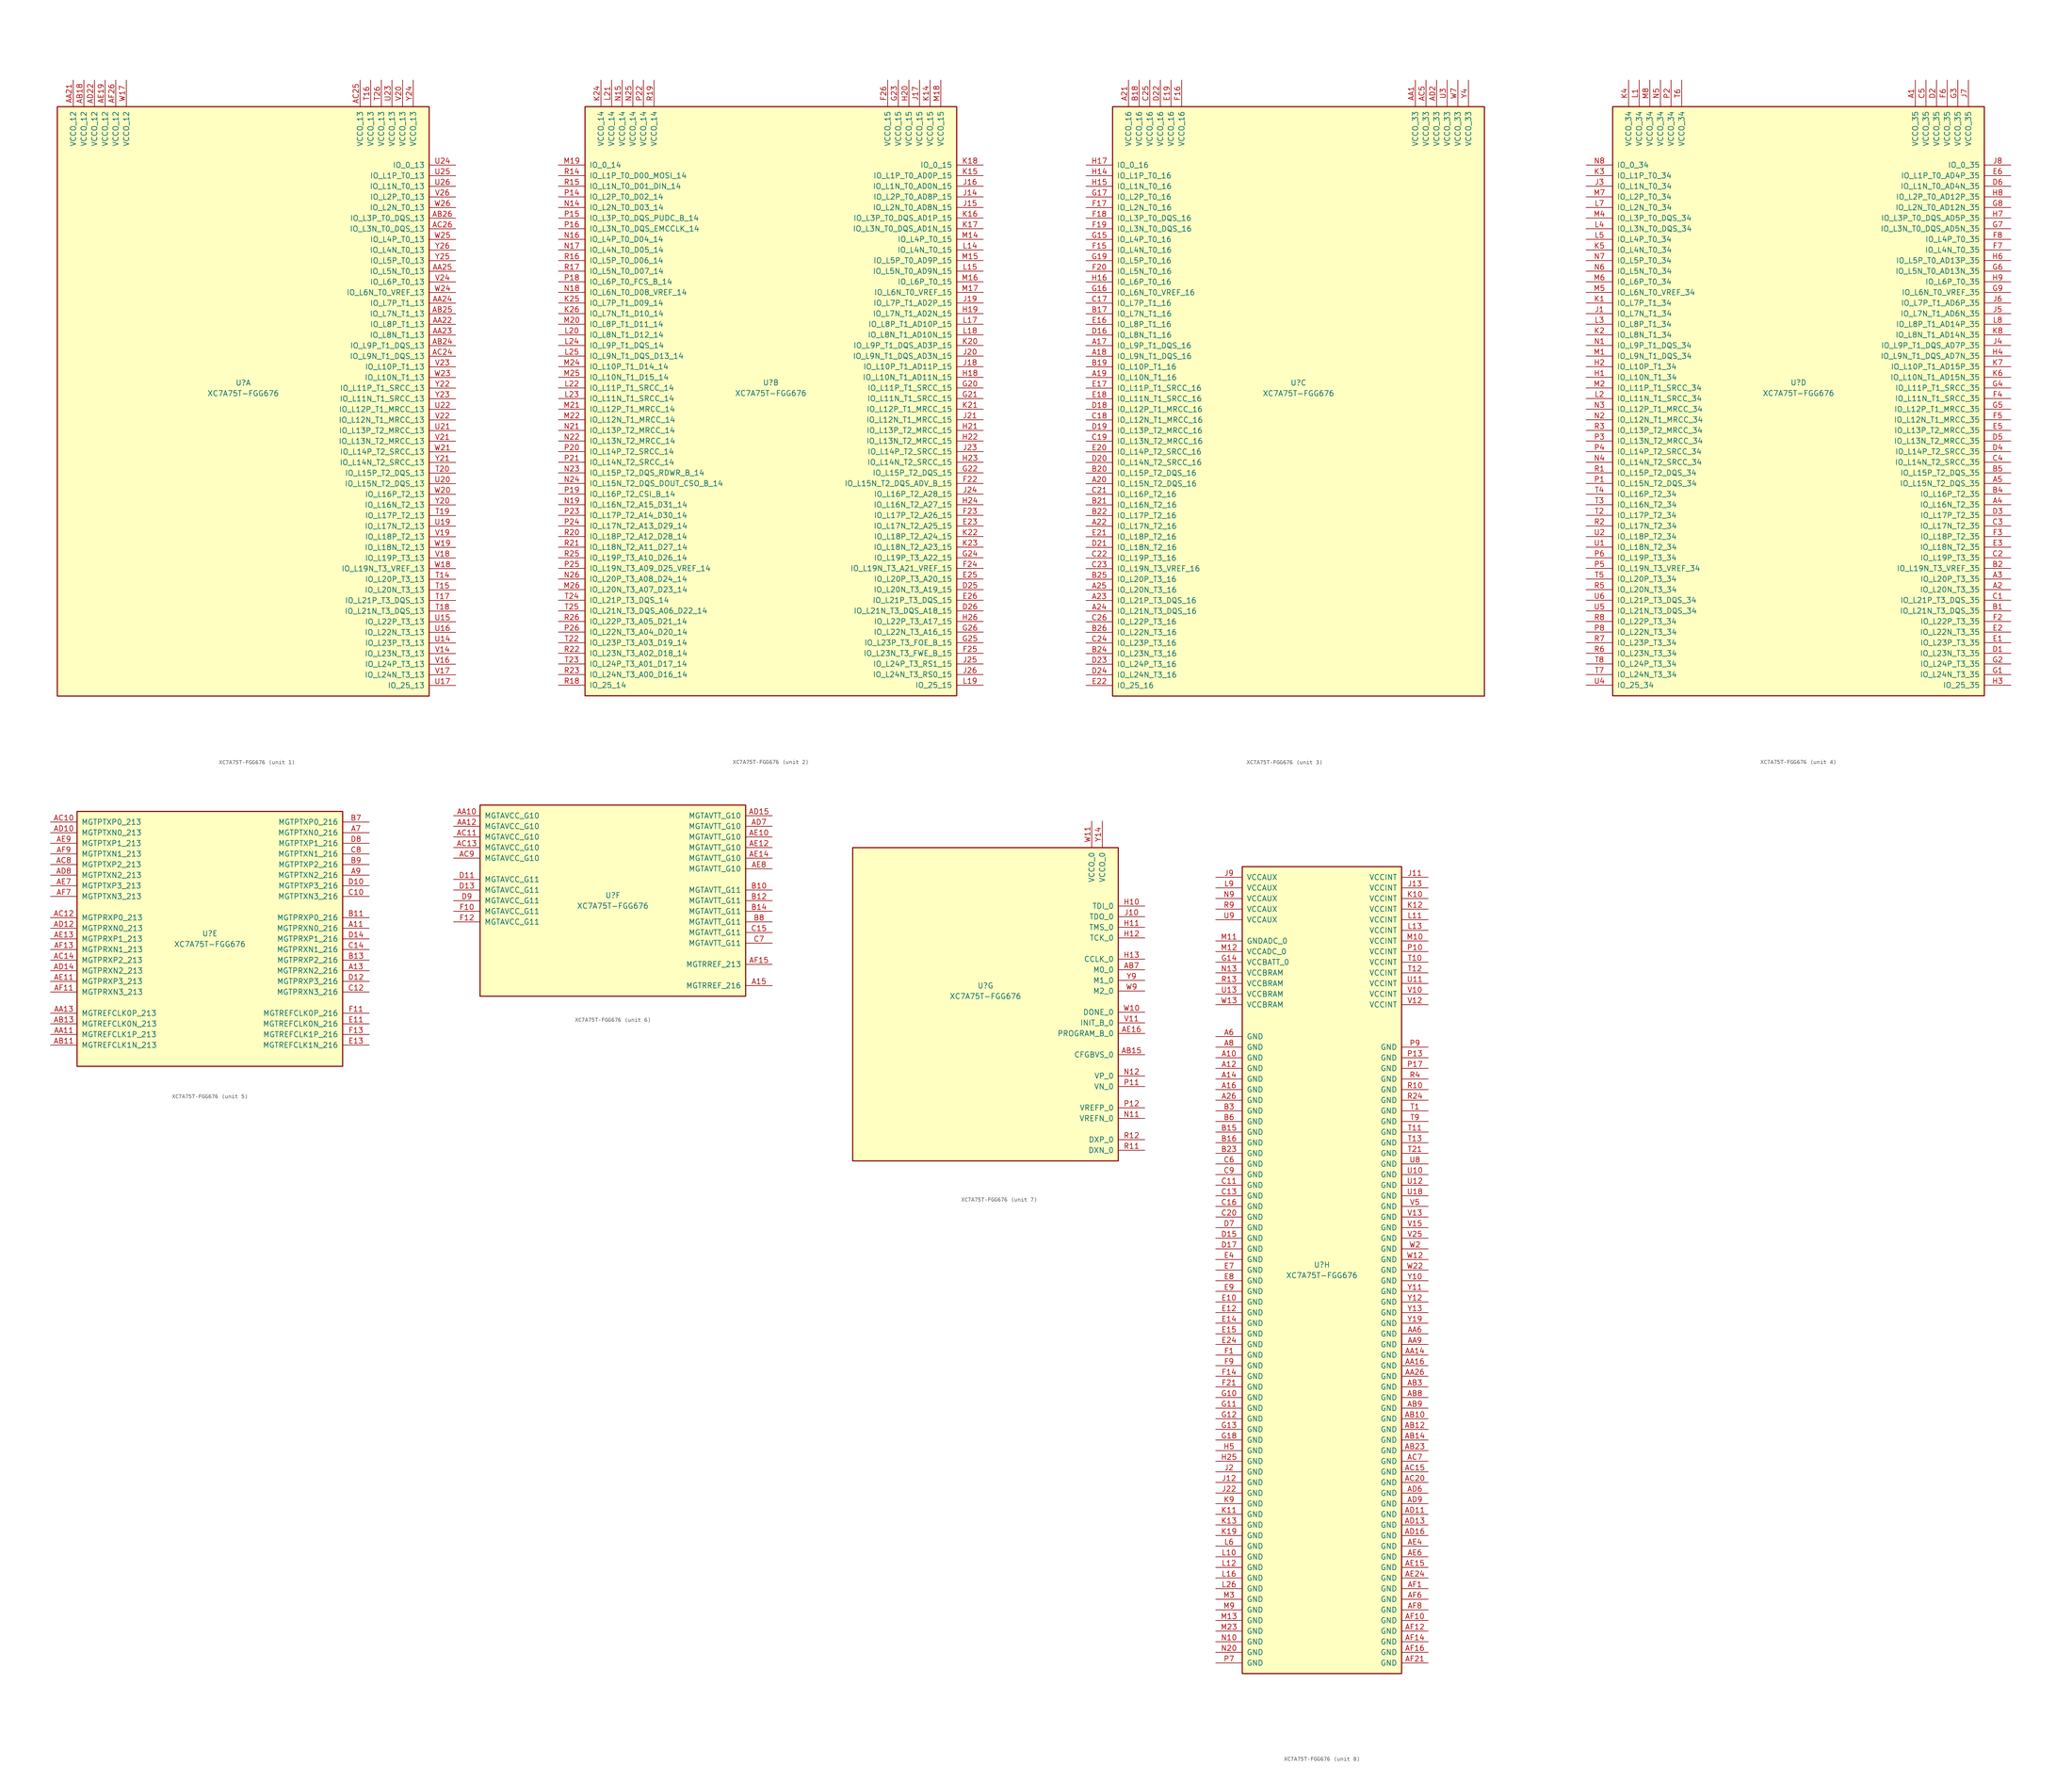
<source format=kicad_sym>
(kicad_symbol_lib
  (version 20211014)
  (generator kicad_symbol_editor)
  (symbol "XC7A75T-FGG676"
    (pin_names
      (offset 1.016))
    (property "Reference" "U"
      (at 0 1.27 0)
      (effects (font (size 1.27 1.27))))
    (property "Value" "XC7A75T-FGG676"
      (at 0 -1.27 0)
      (effects (font (size 1.27 1.27))))
    (property "Datasheet" ""
      (at 0 0 0)
      (effects (font (size 1.27 1.27))))
    (property "ki_locked" ""
      (at 0 0 0)
      (effects (font (size 1.27 1.27))))
    (symbol "XC7A75T-FGG676_1_1"
      (rectangle (start -44.45 67.31) (end 44.45 -73.66) (stroke (width 0.254) (type default) (color 0 0 0 0)) (fill (type background)))
      (pin power_in line (at -40.64 73.66 270) (length 6.35) (name "VCCO_12" (effects (font (size 1.27 1.27)))) (number "AA21" (effects (font (size 1.27 1.27)))))
      (pin bidirectional line (at 50.8 15.24 180) (length 6.35) (name "IO_L8P_T1_13" (effects (font (size 1.27 1.27)))) (number "AA22" (effects (font (size 1.27 1.27)))))
      (pin bidirectional line (at 50.8 12.7 180) (length 6.35) (name "IO_L8N_T1_13" (effects (font (size 1.27 1.27)))) (number "AA23" (effects (font (size 1.27 1.27)))))
      (pin bidirectional line (at 50.8 20.32 180) (length 6.35) (name "IO_L7P_T1_13" (effects (font (size 1.27 1.27)))) (number "AA24" (effects (font (size 1.27 1.27)))))
      (pin bidirectional line (at 50.8 27.94 180) (length 6.35) (name "IO_L5N_T0_13" (effects (font (size 1.27 1.27)))) (number "AA25" (effects (font (size 1.27 1.27)))))
      (pin power_in line (at -38.1 73.66 270) (length 6.35) (name "VCCO_12" (effects (font (size 1.27 1.27)))) (number "AB18" (effects (font (size 1.27 1.27)))))
      (pin bidirectional line (at 50.8 10.16 180) (length 6.35) (name "IO_L9P_T1_DQS_13" (effects (font (size 1.27 1.27)))) (number "AB24" (effects (font (size 1.27 1.27)))))
      (pin bidirectional line (at 50.8 17.78 180) (length 6.35) (name "IO_L7N_T1_13" (effects (font (size 1.27 1.27)))) (number "AB25" (effects (font (size 1.27 1.27)))))
      (pin bidirectional line (at 50.8 40.64 180) (length 6.35) (name "IO_L3P_T0_DQS_13" (effects (font (size 1.27 1.27)))) (number "AB26" (effects (font (size 1.27 1.27)))))
      (pin bidirectional line (at 50.8 7.62 180) (length 6.35) (name "IO_L9N_T1_DQS_13" (effects (font (size 1.27 1.27)))) (number "AC24" (effects (font (size 1.27 1.27)))))
      (pin power_in line (at 27.94 73.66 270) (length 6.35) (name "VCCO_13" (effects (font (size 1.27 1.27)))) (number "AC25" (effects (font (size 1.27 1.27)))))
      (pin bidirectional line (at 50.8 38.1 180) (length 6.35) (name "IO_L3N_T0_DQS_13" (effects (font (size 1.27 1.27)))) (number "AC26" (effects (font (size 1.27 1.27)))))
      (pin power_in line (at -35.56 73.66 270) (length 6.35) (name "VCCO_12" (effects (font (size 1.27 1.27)))) (number "AD22" (effects (font (size 1.27 1.27)))))
      (pin power_in line (at -33.02 73.66 270) (length 6.35) (name "VCCO_12" (effects (font (size 1.27 1.27)))) (number "AE19" (effects (font (size 1.27 1.27)))))
      (pin power_in line (at -30.48 73.66 270) (length 6.35) (name "VCCO_12" (effects (font (size 1.27 1.27)))) (number "AF26" (effects (font (size 1.27 1.27)))))
      (pin bidirectional line (at 50.8 -45.72 180) (length 6.35) (name "IO_L20P_T3_13" (effects (font (size 1.27 1.27)))) (number "T14" (effects (font (size 1.27 1.27)))))
      (pin bidirectional line (at 50.8 -48.26 180) (length 6.35) (name "IO_L20N_T3_13" (effects (font (size 1.27 1.27)))) (number "T15" (effects (font (size 1.27 1.27)))))
      (pin power_in line (at 30.48 73.66 270) (length 6.35) (name "VCCO_13" (effects (font (size 1.27 1.27)))) (number "T16" (effects (font (size 1.27 1.27)))))
      (pin bidirectional line (at 50.8 -50.8 180) (length 6.35) (name "IO_L21P_T3_DQS_13" (effects (font (size 1.27 1.27)))) (number "T17" (effects (font (size 1.27 1.27)))))
      (pin bidirectional line (at 50.8 -53.34 180) (length 6.35) (name "IO_L21N_T3_DQS_13" (effects (font (size 1.27 1.27)))) (number "T18" (effects (font (size 1.27 1.27)))))
      (pin bidirectional line (at 50.8 -30.48 180) (length 6.35) (name "IO_L17P_T2_13" (effects (font (size 1.27 1.27)))) (number "T19" (effects (font (size 1.27 1.27)))))
      (pin bidirectional line (at 50.8 -20.32 180) (length 6.35) (name "IO_L15P_T2_DQS_13" (effects (font (size 1.27 1.27)))) (number "T20" (effects (font (size 1.27 1.27)))))
      (pin power_in line (at 33.02 73.66 270) (length 6.35) (name "VCCO_13" (effects (font (size 1.27 1.27)))) (number "T26" (effects (font (size 1.27 1.27)))))
      (pin bidirectional line (at 50.8 -60.96 180) (length 6.35) (name "IO_L23P_T3_13" (effects (font (size 1.27 1.27)))) (number "U14" (effects (font (size 1.27 1.27)))))
      (pin bidirectional line (at 50.8 -55.88 180) (length 6.35) (name "IO_L22P_T3_13" (effects (font (size 1.27 1.27)))) (number "U15" (effects (font (size 1.27 1.27)))))
      (pin bidirectional line (at 50.8 -58.42 180) (length 6.35) (name "IO_L22N_T3_13" (effects (font (size 1.27 1.27)))) (number "U16" (effects (font (size 1.27 1.27)))))
      (pin bidirectional line (at 50.8 -71.12 180) (length 6.35) (name "IO_25_13" (effects (font (size 1.27 1.27)))) (number "U17" (effects (font (size 1.27 1.27)))))
      (pin bidirectional line (at 50.8 -33.02 180) (length 6.35) (name "IO_L17N_T2_13" (effects (font (size 1.27 1.27)))) (number "U19" (effects (font (size 1.27 1.27)))))
      (pin bidirectional line (at 50.8 -22.86 180) (length 6.35) (name "IO_L15N_T2_DQS_13" (effects (font (size 1.27 1.27)))) (number "U20" (effects (font (size 1.27 1.27)))))
      (pin bidirectional line (at 50.8 -10.16 180) (length 6.35) (name "IO_L13P_T2_MRCC_13" (effects (font (size 1.27 1.27)))) (number "U21" (effects (font (size 1.27 1.27)))))
      (pin bidirectional line (at 50.8 -5.08 180) (length 6.35) (name "IO_L12P_T1_MRCC_13" (effects (font (size 1.27 1.27)))) (number "U22" (effects (font (size 1.27 1.27)))))
      (pin power_in line (at 35.56 73.66 270) (length 6.35) (name "VCCO_13" (effects (font (size 1.27 1.27)))) (number "U23" (effects (font (size 1.27 1.27)))))
      (pin bidirectional line (at 50.8 53.34 180) (length 6.35) (name "IO_0_13" (effects (font (size 1.27 1.27)))) (number "U24" (effects (font (size 1.27 1.27)))))
      (pin bidirectional line (at 50.8 50.8 180) (length 6.35) (name "IO_L1P_T0_13" (effects (font (size 1.27 1.27)))) (number "U25" (effects (font (size 1.27 1.27)))))
      (pin bidirectional line (at 50.8 48.26 180) (length 6.35) (name "IO_L1N_T0_13" (effects (font (size 1.27 1.27)))) (number "U26" (effects (font (size 1.27 1.27)))))
      (pin bidirectional line (at 50.8 -63.5 180) (length 6.35) (name "IO_L23N_T3_13" (effects (font (size 1.27 1.27)))) (number "V14" (effects (font (size 1.27 1.27)))))
      (pin bidirectional line (at 50.8 -66.04 180) (length 6.35) (name "IO_L24P_T3_13" (effects (font (size 1.27 1.27)))) (number "V16" (effects (font (size 1.27 1.27)))))
      (pin bidirectional line (at 50.8 -68.58 180) (length 6.35) (name "IO_L24N_T3_13" (effects (font (size 1.27 1.27)))) (number "V17" (effects (font (size 1.27 1.27)))))
      (pin bidirectional line (at 50.8 -40.64 180) (length 6.35) (name "IO_L19P_T3_13" (effects (font (size 1.27 1.27)))) (number "V18" (effects (font (size 1.27 1.27)))))
      (pin bidirectional line (at 50.8 -35.56 180) (length 6.35) (name "IO_L18P_T2_13" (effects (font (size 1.27 1.27)))) (number "V19" (effects (font (size 1.27 1.27)))))
      (pin power_in line (at 38.1 73.66 270) (length 6.35) (name "VCCO_13" (effects (font (size 1.27 1.27)))) (number "V20" (effects (font (size 1.27 1.27)))))
      (pin bidirectional line (at 50.8 -12.7 180) (length 6.35) (name "IO_L13N_T2_MRCC_13" (effects (font (size 1.27 1.27)))) (number "V21" (effects (font (size 1.27 1.27)))))
      (pin bidirectional line (at 50.8 -7.62 180) (length 6.35) (name "IO_L12N_T1_MRCC_13" (effects (font (size 1.27 1.27)))) (number "V22" (effects (font (size 1.27 1.27)))))
      (pin bidirectional line (at 50.8 5.08 180) (length 6.35) (name "IO_L10P_T1_13" (effects (font (size 1.27 1.27)))) (number "V23" (effects (font (size 1.27 1.27)))))
      (pin bidirectional line (at 50.8 25.4 180) (length 6.35) (name "IO_L6P_T0_13" (effects (font (size 1.27 1.27)))) (number "V24" (effects (font (size 1.27 1.27)))))
      (pin bidirectional line (at 50.8 45.72 180) (length 6.35) (name "IO_L2P_T0_13" (effects (font (size 1.27 1.27)))) (number "V26" (effects (font (size 1.27 1.27)))))
      (pin power_in line (at -27.94 73.66 270) (length 6.35) (name "VCCO_12" (effects (font (size 1.27 1.27)))) (number "W17" (effects (font (size 1.27 1.27)))))
      (pin bidirectional line (at 50.8 -43.18 180) (length 6.35) (name "IO_L19N_T3_VREF_13" (effects (font (size 1.27 1.27)))) (number "W18" (effects (font (size 1.27 1.27)))))
      (pin bidirectional line (at 50.8 -38.1 180) (length 6.35) (name "IO_L18N_T2_13" (effects (font (size 1.27 1.27)))) (number "W19" (effects (font (size 1.27 1.27)))))
      (pin bidirectional line (at 50.8 -25.4 180) (length 6.35) (name "IO_L16P_T2_13" (effects (font (size 1.27 1.27)))) (number "W20" (effects (font (size 1.27 1.27)))))
      (pin bidirectional line (at 50.8 -15.24 180) (length 6.35) (name "IO_L14P_T2_SRCC_13" (effects (font (size 1.27 1.27)))) (number "W21" (effects (font (size 1.27 1.27)))))
      (pin bidirectional line (at 50.8 2.54 180) (length 6.35) (name "IO_L10N_T1_13" (effects (font (size 1.27 1.27)))) (number "W23" (effects (font (size 1.27 1.27)))))
      (pin bidirectional line (at 50.8 22.86 180) (length 6.35) (name "IO_L6N_T0_VREF_13" (effects (font (size 1.27 1.27)))) (number "W24" (effects (font (size 1.27 1.27)))))
      (pin bidirectional line (at 50.8 35.56 180) (length 6.35) (name "IO_L4P_T0_13" (effects (font (size 1.27 1.27)))) (number "W25" (effects (font (size 1.27 1.27)))))
      (pin bidirectional line (at 50.8 43.18 180) (length 6.35) (name "IO_L2N_T0_13" (effects (font (size 1.27 1.27)))) (number "W26" (effects (font (size 1.27 1.27)))))
      (pin bidirectional line (at 50.8 -27.94 180) (length 6.35) (name "IO_L16N_T2_13" (effects (font (size 1.27 1.27)))) (number "Y20" (effects (font (size 1.27 1.27)))))
      (pin bidirectional line (at 50.8 -17.78 180) (length 6.35) (name "IO_L14N_T2_SRCC_13" (effects (font (size 1.27 1.27)))) (number "Y21" (effects (font (size 1.27 1.27)))))
      (pin bidirectional line (at 50.8 0 180) (length 6.35) (name "IO_L11P_T1_SRCC_13" (effects (font (size 1.27 1.27)))) (number "Y22" (effects (font (size 1.27 1.27)))))
      (pin bidirectional line (at 50.8 -2.54 180) (length 6.35) (name "IO_L11N_T1_SRCC_13" (effects (font (size 1.27 1.27)))) (number "Y23" (effects (font (size 1.27 1.27)))))
      (pin power_in line (at 40.64 73.66 270) (length 6.35) (name "VCCO_13" (effects (font (size 1.27 1.27)))) (number "Y24" (effects (font (size 1.27 1.27)))))
      (pin bidirectional line (at 50.8 30.48 180) (length 6.35) (name "IO_L5P_T0_13" (effects (font (size 1.27 1.27)))) (number "Y25" (effects (font (size 1.27 1.27)))))
      (pin bidirectional line (at 50.8 33.02 180) (length 6.35) (name "IO_L4N_T0_13" (effects (font (size 1.27 1.27)))) (number "Y26" (effects (font (size 1.27 1.27))))))
    (symbol "XC7A75T-FGG676_2_1"
      (rectangle (start -44.45 67.31) (end 44.45 -73.66) (stroke (width 0.254) (type default) (color 0 0 0 0)) (fill (type background)))
      (pin bidirectional line (at 50.8 -48.26 180) (length 6.35) (name "IO_L20N_T3_A19_15" (effects (font (size 1.27 1.27)))) (number "D25" (effects (font (size 1.27 1.27)))))
      (pin bidirectional line (at 50.8 -53.34 180) (length 6.35) (name "IO_L21N_T3_DQS_A18_15" (effects (font (size 1.27 1.27)))) (number "D26" (effects (font (size 1.27 1.27)))))
      (pin bidirectional line (at 50.8 -33.02 180) (length 6.35) (name "IO_L17N_T2_A25_15" (effects (font (size 1.27 1.27)))) (number "E23" (effects (font (size 1.27 1.27)))))
      (pin bidirectional line (at 50.8 -45.72 180) (length 6.35) (name "IO_L20P_T3_A20_15" (effects (font (size 1.27 1.27)))) (number "E25" (effects (font (size 1.27 1.27)))))
      (pin bidirectional line (at 50.8 -50.8 180) (length 6.35) (name "IO_L21P_T3_DQS_15" (effects (font (size 1.27 1.27)))) (number "E26" (effects (font (size 1.27 1.27)))))
      (pin bidirectional line (at 50.8 -22.86 180) (length 6.35) (name "IO_L15N_T2_DQS_ADV_B_15" (effects (font (size 1.27 1.27)))) (number "F22" (effects (font (size 1.27 1.27)))))
      (pin bidirectional line (at 50.8 -30.48 180) (length 6.35) (name "IO_L17P_T2_A26_15" (effects (font (size 1.27 1.27)))) (number "F23" (effects (font (size 1.27 1.27)))))
      (pin bidirectional line (at 50.8 -43.18 180) (length 6.35) (name "IO_L19N_T3_A21_VREF_15" (effects (font (size 1.27 1.27)))) (number "F24" (effects (font (size 1.27 1.27)))))
      (pin bidirectional line (at 50.8 -63.5 180) (length 6.35) (name "IO_L23N_T3_FWE_B_15" (effects (font (size 1.27 1.27)))) (number "F25" (effects (font (size 1.27 1.27)))))
      (pin power_in line (at 27.94 73.66 270) (length 6.35) (name "VCCO_15" (effects (font (size 1.27 1.27)))) (number "F26" (effects (font (size 1.27 1.27)))))
      (pin bidirectional line (at 50.8 0 180) (length 6.35) (name "IO_L11P_T1_SRCC_15" (effects (font (size 1.27 1.27)))) (number "G20" (effects (font (size 1.27 1.27)))))
      (pin bidirectional line (at 50.8 -2.54 180) (length 6.35) (name "IO_L11N_T1_SRCC_15" (effects (font (size 1.27 1.27)))) (number "G21" (effects (font (size 1.27 1.27)))))
      (pin bidirectional line (at 50.8 -20.32 180) (length 6.35) (name "IO_L15P_T2_DQS_15" (effects (font (size 1.27 1.27)))) (number "G22" (effects (font (size 1.27 1.27)))))
      (pin power_in line (at 30.48 73.66 270) (length 6.35) (name "VCCO_15" (effects (font (size 1.27 1.27)))) (number "G23" (effects (font (size 1.27 1.27)))))
      (pin bidirectional line (at 50.8 -40.64 180) (length 6.35) (name "IO_L19P_T3_A22_15" (effects (font (size 1.27 1.27)))) (number "G24" (effects (font (size 1.27 1.27)))))
      (pin bidirectional line (at 50.8 -60.96 180) (length 6.35) (name "IO_L23P_T3_FOE_B_15" (effects (font (size 1.27 1.27)))) (number "G25" (effects (font (size 1.27 1.27)))))
      (pin bidirectional line (at 50.8 -58.42 180) (length 6.35) (name "IO_L22N_T3_A16_15" (effects (font (size 1.27 1.27)))) (number "G26" (effects (font (size 1.27 1.27)))))
      (pin bidirectional line (at 50.8 2.54 180) (length 6.35) (name "IO_L10N_T1_AD11N_15" (effects (font (size 1.27 1.27)))) (number "H18" (effects (font (size 1.27 1.27)))))
      (pin bidirectional line (at 50.8 17.78 180) (length 6.35) (name "IO_L7N_T1_AD2N_15" (effects (font (size 1.27 1.27)))) (number "H19" (effects (font (size 1.27 1.27)))))
      (pin power_in line (at 33.02 73.66 270) (length 6.35) (name "VCCO_15" (effects (font (size 1.27 1.27)))) (number "H20" (effects (font (size 1.27 1.27)))))
      (pin bidirectional line (at 50.8 -10.16 180) (length 6.35) (name "IO_L13P_T2_MRCC_15" (effects (font (size 1.27 1.27)))) (number "H21" (effects (font (size 1.27 1.27)))))
      (pin bidirectional line (at 50.8 -12.7 180) (length 6.35) (name "IO_L13N_T2_MRCC_15" (effects (font (size 1.27 1.27)))) (number "H22" (effects (font (size 1.27 1.27)))))
      (pin bidirectional line (at 50.8 -17.78 180) (length 6.35) (name "IO_L14N_T2_SRCC_15" (effects (font (size 1.27 1.27)))) (number "H23" (effects (font (size 1.27 1.27)))))
      (pin bidirectional line (at 50.8 -27.94 180) (length 6.35) (name "IO_L16N_T2_A27_15" (effects (font (size 1.27 1.27)))) (number "H24" (effects (font (size 1.27 1.27)))))
      (pin bidirectional line (at 50.8 -55.88 180) (length 6.35) (name "IO_L22P_T3_A17_15" (effects (font (size 1.27 1.27)))) (number "H26" (effects (font (size 1.27 1.27)))))
      (pin bidirectional line (at 50.8 45.72 180) (length 6.35) (name "IO_L2P_T0_AD8P_15" (effects (font (size 1.27 1.27)))) (number "J14" (effects (font (size 1.27 1.27)))))
      (pin bidirectional line (at 50.8 43.18 180) (length 6.35) (name "IO_L2N_T0_AD8N_15" (effects (font (size 1.27 1.27)))) (number "J15" (effects (font (size 1.27 1.27)))))
      (pin bidirectional line (at 50.8 48.26 180) (length 6.35) (name "IO_L1N_T0_AD0N_15" (effects (font (size 1.27 1.27)))) (number "J16" (effects (font (size 1.27 1.27)))))
      (pin power_in line (at 35.56 73.66 270) (length 6.35) (name "VCCO_15" (effects (font (size 1.27 1.27)))) (number "J17" (effects (font (size 1.27 1.27)))))
      (pin bidirectional line (at 50.8 5.08 180) (length 6.35) (name "IO_L10P_T1_AD11P_15" (effects (font (size 1.27 1.27)))) (number "J18" (effects (font (size 1.27 1.27)))))
      (pin bidirectional line (at 50.8 20.32 180) (length 6.35) (name "IO_L7P_T1_AD2P_15" (effects (font (size 1.27 1.27)))) (number "J19" (effects (font (size 1.27 1.27)))))
      (pin bidirectional line (at 50.8 7.62 180) (length 6.35) (name "IO_L9N_T1_DQS_AD3N_15" (effects (font (size 1.27 1.27)))) (number "J20" (effects (font (size 1.27 1.27)))))
      (pin bidirectional line (at 50.8 -7.62 180) (length 6.35) (name "IO_L12N_T1_MRCC_15" (effects (font (size 1.27 1.27)))) (number "J21" (effects (font (size 1.27 1.27)))))
      (pin bidirectional line (at 50.8 -15.24 180) (length 6.35) (name "IO_L14P_T2_SRCC_15" (effects (font (size 1.27 1.27)))) (number "J23" (effects (font (size 1.27 1.27)))))
      (pin bidirectional line (at 50.8 -25.4 180) (length 6.35) (name "IO_L16P_T2_A28_15" (effects (font (size 1.27 1.27)))) (number "J24" (effects (font (size 1.27 1.27)))))
      (pin bidirectional line (at 50.8 -66.04 180) (length 6.35) (name "IO_L24P_T3_RS1_15" (effects (font (size 1.27 1.27)))) (number "J25" (effects (font (size 1.27 1.27)))))
      (pin bidirectional line (at 50.8 -68.58 180) (length 6.35) (name "IO_L24N_T3_RS0_15" (effects (font (size 1.27 1.27)))) (number "J26" (effects (font (size 1.27 1.27)))))
      (pin power_in line (at 38.1 73.66 270) (length 6.35) (name "VCCO_15" (effects (font (size 1.27 1.27)))) (number "K14" (effects (font (size 1.27 1.27)))))
      (pin bidirectional line (at 50.8 50.8 180) (length 6.35) (name "IO_L1P_T0_AD0P_15" (effects (font (size 1.27 1.27)))) (number "K15" (effects (font (size 1.27 1.27)))))
      (pin bidirectional line (at 50.8 40.64 180) (length 6.35) (name "IO_L3P_T0_DQS_AD1P_15" (effects (font (size 1.27 1.27)))) (number "K16" (effects (font (size 1.27 1.27)))))
      (pin bidirectional line (at 50.8 38.1 180) (length 6.35) (name "IO_L3N_T0_DQS_AD1N_15" (effects (font (size 1.27 1.27)))) (number "K17" (effects (font (size 1.27 1.27)))))
      (pin bidirectional line (at 50.8 53.34 180) (length 6.35) (name "IO_0_15" (effects (font (size 1.27 1.27)))) (number "K18" (effects (font (size 1.27 1.27)))))
      (pin bidirectional line (at 50.8 10.16 180) (length 6.35) (name "IO_L9P_T1_DQS_AD3P_15" (effects (font (size 1.27 1.27)))) (number "K20" (effects (font (size 1.27 1.27)))))
      (pin bidirectional line (at 50.8 -5.08 180) (length 6.35) (name "IO_L12P_T1_MRCC_15" (effects (font (size 1.27 1.27)))) (number "K21" (effects (font (size 1.27 1.27)))))
      (pin bidirectional line (at 50.8 -35.56 180) (length 6.35) (name "IO_L18P_T2_A24_15" (effects (font (size 1.27 1.27)))) (number "K22" (effects (font (size 1.27 1.27)))))
      (pin bidirectional line (at 50.8 -38.1 180) (length 6.35) (name "IO_L18N_T2_A23_15" (effects (font (size 1.27 1.27)))) (number "K23" (effects (font (size 1.27 1.27)))))
      (pin power_in line (at -40.64 73.66 270) (length 6.35) (name "VCCO_14" (effects (font (size 1.27 1.27)))) (number "K24" (effects (font (size 1.27 1.27)))))
      (pin bidirectional line (at -50.8 20.32 0) (length 6.35) (name "IO_L7P_T1_D09_14" (effects (font (size 1.27 1.27)))) (number "K25" (effects (font (size 1.27 1.27)))))
      (pin bidirectional line (at -50.8 17.78 0) (length 6.35) (name "IO_L7N_T1_D10_14" (effects (font (size 1.27 1.27)))) (number "K26" (effects (font (size 1.27 1.27)))))
      (pin bidirectional line (at 50.8 33.02 180) (length 6.35) (name "IO_L4N_T0_15" (effects (font (size 1.27 1.27)))) (number "L14" (effects (font (size 1.27 1.27)))))
      (pin bidirectional line (at 50.8 27.94 180) (length 6.35) (name "IO_L5N_T0_AD9N_15" (effects (font (size 1.27 1.27)))) (number "L15" (effects (font (size 1.27 1.27)))))
      (pin bidirectional line (at 50.8 15.24 180) (length 6.35) (name "IO_L8P_T1_AD10P_15" (effects (font (size 1.27 1.27)))) (number "L17" (effects (font (size 1.27 1.27)))))
      (pin bidirectional line (at 50.8 12.7 180) (length 6.35) (name "IO_L8N_T1_AD10N_15" (effects (font (size 1.27 1.27)))) (number "L18" (effects (font (size 1.27 1.27)))))
      (pin bidirectional line (at 50.8 -71.12 180) (length 6.35) (name "IO_25_15" (effects (font (size 1.27 1.27)))) (number "L19" (effects (font (size 1.27 1.27)))))
      (pin bidirectional line (at -50.8 12.7 0) (length 6.35) (name "IO_L8N_T1_D12_14" (effects (font (size 1.27 1.27)))) (number "L20" (effects (font (size 1.27 1.27)))))
      (pin power_in line (at -38.1 73.66 270) (length 6.35) (name "VCCO_14" (effects (font (size 1.27 1.27)))) (number "L21" (effects (font (size 1.27 1.27)))))
      (pin bidirectional line (at -50.8 0 0) (length 6.35) (name "IO_L11P_T1_SRCC_14" (effects (font (size 1.27 1.27)))) (number "L22" (effects (font (size 1.27 1.27)))))
      (pin bidirectional line (at -50.8 -2.54 0) (length 6.35) (name "IO_L11N_T1_SRCC_14" (effects (font (size 1.27 1.27)))) (number "L23" (effects (font (size 1.27 1.27)))))
      (pin bidirectional line (at -50.8 10.16 0) (length 6.35) (name "IO_L9P_T1_DQS_14" (effects (font (size 1.27 1.27)))) (number "L24" (effects (font (size 1.27 1.27)))))
      (pin bidirectional line (at -50.8 7.62 0) (length 6.35) (name "IO_L9N_T1_DQS_D13_14" (effects (font (size 1.27 1.27)))) (number "L25" (effects (font (size 1.27 1.27)))))
      (pin bidirectional line (at 50.8 35.56 180) (length 6.35) (name "IO_L4P_T0_15" (effects (font (size 1.27 1.27)))) (number "M14" (effects (font (size 1.27 1.27)))))
      (pin bidirectional line (at 50.8 30.48 180) (length 6.35) (name "IO_L5P_T0_AD9P_15" (effects (font (size 1.27 1.27)))) (number "M15" (effects (font (size 1.27 1.27)))))
      (pin bidirectional line (at 50.8 25.4 180) (length 6.35) (name "IO_L6P_T0_15" (effects (font (size 1.27 1.27)))) (number "M16" (effects (font (size 1.27 1.27)))))
      (pin bidirectional line (at 50.8 22.86 180) (length 6.35) (name "IO_L6N_T0_VREF_15" (effects (font (size 1.27 1.27)))) (number "M17" (effects (font (size 1.27 1.27)))))
      (pin power_in line (at 40.64 73.66 270) (length 6.35) (name "VCCO_15" (effects (font (size 1.27 1.27)))) (number "M18" (effects (font (size 1.27 1.27)))))
      (pin bidirectional line (at -50.8 53.34 0) (length 6.35) (name "IO_0_14" (effects (font (size 1.27 1.27)))) (number "M19" (effects (font (size 1.27 1.27)))))
      (pin bidirectional line (at -50.8 15.24 0) (length 6.35) (name "IO_L8P_T1_D11_14" (effects (font (size 1.27 1.27)))) (number "M20" (effects (font (size 1.27 1.27)))))
      (pin bidirectional line (at -50.8 -5.08 0) (length 6.35) (name "IO_L12P_T1_MRCC_14" (effects (font (size 1.27 1.27)))) (number "M21" (effects (font (size 1.27 1.27)))))
      (pin bidirectional line (at -50.8 -7.62 0) (length 6.35) (name "IO_L12N_T1_MRCC_14" (effects (font (size 1.27 1.27)))) (number "M22" (effects (font (size 1.27 1.27)))))
      (pin bidirectional line (at -50.8 5.08 0) (length 6.35) (name "IO_L10P_T1_D14_14" (effects (font (size 1.27 1.27)))) (number "M24" (effects (font (size 1.27 1.27)))))
      (pin bidirectional line (at -50.8 2.54 0) (length 6.35) (name "IO_L10N_T1_D15_14" (effects (font (size 1.27 1.27)))) (number "M25" (effects (font (size 1.27 1.27)))))
      (pin bidirectional line (at -50.8 -48.26 0) (length 6.35) (name "IO_L20N_T3_A07_D23_14" (effects (font (size 1.27 1.27)))) (number "M26" (effects (font (size 1.27 1.27)))))
      (pin bidirectional line (at -50.8 43.18 0) (length 6.35) (name "IO_L2N_T0_D03_14" (effects (font (size 1.27 1.27)))) (number "N14" (effects (font (size 1.27 1.27)))))
      (pin power_in line (at -35.56 73.66 270) (length 6.35) (name "VCCO_14" (effects (font (size 1.27 1.27)))) (number "N15" (effects (font (size 1.27 1.27)))))
      (pin bidirectional line (at -50.8 35.56 0) (length 6.35) (name "IO_L4P_T0_D04_14" (effects (font (size 1.27 1.27)))) (number "N16" (effects (font (size 1.27 1.27)))))
      (pin bidirectional line (at -50.8 33.02 0) (length 6.35) (name "IO_L4N_T0_D05_14" (effects (font (size 1.27 1.27)))) (number "N17" (effects (font (size 1.27 1.27)))))
      (pin bidirectional line (at -50.8 22.86 0) (length 6.35) (name "IO_L6N_T0_D08_VREF_14" (effects (font (size 1.27 1.27)))) (number "N18" (effects (font (size 1.27 1.27)))))
      (pin bidirectional line (at -50.8 -27.94 0) (length 6.35) (name "IO_L16N_T2_A15_D31_14" (effects (font (size 1.27 1.27)))) (number "N19" (effects (font (size 1.27 1.27)))))
      (pin bidirectional line (at -50.8 -10.16 0) (length 6.35) (name "IO_L13P_T2_MRCC_14" (effects (font (size 1.27 1.27)))) (number "N21" (effects (font (size 1.27 1.27)))))
      (pin bidirectional line (at -50.8 -12.7 0) (length 6.35) (name "IO_L13N_T2_MRCC_14" (effects (font (size 1.27 1.27)))) (number "N22" (effects (font (size 1.27 1.27)))))
      (pin bidirectional line (at -50.8 -20.32 0) (length 6.35) (name "IO_L15P_T2_DQS_RDWR_B_14" (effects (font (size 1.27 1.27)))) (number "N23" (effects (font (size 1.27 1.27)))))
      (pin bidirectional line (at -50.8 -22.86 0) (length 6.35) (name "IO_L15N_T2_DQS_DOUT_CSO_B_14" (effects (font (size 1.27 1.27)))) (number "N24" (effects (font (size 1.27 1.27)))))
      (pin power_in line (at -33.02 73.66 270) (length 6.35) (name "VCCO_14" (effects (font (size 1.27 1.27)))) (number "N25" (effects (font (size 1.27 1.27)))))
      (pin bidirectional line (at -50.8 -45.72 0) (length 6.35) (name "IO_L20P_T3_A08_D24_14" (effects (font (size 1.27 1.27)))) (number "N26" (effects (font (size 1.27 1.27)))))
      (pin bidirectional line (at -50.8 45.72 0) (length 6.35) (name "IO_L2P_T0_D02_14" (effects (font (size 1.27 1.27)))) (number "P14" (effects (font (size 1.27 1.27)))))
      (pin bidirectional line (at -50.8 40.64 0) (length 6.35) (name "IO_L3P_T0_DQS_PUDC_B_14" (effects (font (size 1.27 1.27)))) (number "P15" (effects (font (size 1.27 1.27)))))
      (pin bidirectional line (at -50.8 38.1 0) (length 6.35) (name "IO_L3N_T0_DQS_EMCCLK_14" (effects (font (size 1.27 1.27)))) (number "P16" (effects (font (size 1.27 1.27)))))
      (pin bidirectional line (at -50.8 25.4 0) (length 6.35) (name "IO_L6P_T0_FCS_B_14" (effects (font (size 1.27 1.27)))) (number "P18" (effects (font (size 1.27 1.27)))))
      (pin bidirectional line (at -50.8 -25.4 0) (length 6.35) (name "IO_L16P_T2_CSI_B_14" (effects (font (size 1.27 1.27)))) (number "P19" (effects (font (size 1.27 1.27)))))
      (pin bidirectional line (at -50.8 -15.24 0) (length 6.35) (name "IO_L14P_T2_SRCC_14" (effects (font (size 1.27 1.27)))) (number "P20" (effects (font (size 1.27 1.27)))))
      (pin bidirectional line (at -50.8 -17.78 0) (length 6.35) (name "IO_L14N_T2_SRCC_14" (effects (font (size 1.27 1.27)))) (number "P21" (effects (font (size 1.27 1.27)))))
      (pin power_in line (at -30.48 73.66 270) (length 6.35) (name "VCCO_14" (effects (font (size 1.27 1.27)))) (number "P22" (effects (font (size 1.27 1.27)))))
      (pin bidirectional line (at -50.8 -30.48 0) (length 6.35) (name "IO_L17P_T2_A14_D30_14" (effects (font (size 1.27 1.27)))) (number "P23" (effects (font (size 1.27 1.27)))))
      (pin bidirectional line (at -50.8 -33.02 0) (length 6.35) (name "IO_L17N_T2_A13_D29_14" (effects (font (size 1.27 1.27)))) (number "P24" (effects (font (size 1.27 1.27)))))
      (pin bidirectional line (at -50.8 -43.18 0) (length 6.35) (name "IO_L19N_T3_A09_D25_VREF_14" (effects (font (size 1.27 1.27)))) (number "P25" (effects (font (size 1.27 1.27)))))
      (pin bidirectional line (at -50.8 -58.42 0) (length 6.35) (name "IO_L22N_T3_A04_D20_14" (effects (font (size 1.27 1.27)))) (number "P26" (effects (font (size 1.27 1.27)))))
      (pin bidirectional line (at -50.8 50.8 0) (length 6.35) (name "IO_L1P_T0_D00_MOSI_14" (effects (font (size 1.27 1.27)))) (number "R14" (effects (font (size 1.27 1.27)))))
      (pin bidirectional line (at -50.8 48.26 0) (length 6.35) (name "IO_L1N_T0_D01_DIN_14" (effects (font (size 1.27 1.27)))) (number "R15" (effects (font (size 1.27 1.27)))))
      (pin bidirectional line (at -50.8 30.48 0) (length 6.35) (name "IO_L5P_T0_D06_14" (effects (font (size 1.27 1.27)))) (number "R16" (effects (font (size 1.27 1.27)))))
      (pin bidirectional line (at -50.8 27.94 0) (length 6.35) (name "IO_L5N_T0_D07_14" (effects (font (size 1.27 1.27)))) (number "R17" (effects (font (size 1.27 1.27)))))
      (pin bidirectional line (at -50.8 -71.12 0) (length 6.35) (name "IO_25_14" (effects (font (size 1.27 1.27)))) (number "R18" (effects (font (size 1.27 1.27)))))
      (pin power_in line (at -27.94 73.66 270) (length 6.35) (name "VCCO_14" (effects (font (size 1.27 1.27)))) (number "R19" (effects (font (size 1.27 1.27)))))
      (pin bidirectional line (at -50.8 -35.56 0) (length 6.35) (name "IO_L18P_T2_A12_D28_14" (effects (font (size 1.27 1.27)))) (number "R20" (effects (font (size 1.27 1.27)))))
      (pin bidirectional line (at -50.8 -38.1 0) (length 6.35) (name "IO_L18N_T2_A11_D27_14" (effects (font (size 1.27 1.27)))) (number "R21" (effects (font (size 1.27 1.27)))))
      (pin bidirectional line (at -50.8 -63.5 0) (length 6.35) (name "IO_L23N_T3_A02_D18_14" (effects (font (size 1.27 1.27)))) (number "R22" (effects (font (size 1.27 1.27)))))
      (pin bidirectional line (at -50.8 -68.58 0) (length 6.35) (name "IO_L24N_T3_A00_D16_14" (effects (font (size 1.27 1.27)))) (number "R23" (effects (font (size 1.27 1.27)))))
      (pin bidirectional line (at -50.8 -40.64 0) (length 6.35) (name "IO_L19P_T3_A10_D26_14" (effects (font (size 1.27 1.27)))) (number "R25" (effects (font (size 1.27 1.27)))))
      (pin bidirectional line (at -50.8 -55.88 0) (length 6.35) (name "IO_L22P_T3_A05_D21_14" (effects (font (size 1.27 1.27)))) (number "R26" (effects (font (size 1.27 1.27)))))
      (pin bidirectional line (at -50.8 -60.96 0) (length 6.35) (name "IO_L23P_T3_A03_D19_14" (effects (font (size 1.27 1.27)))) (number "T22" (effects (font (size 1.27 1.27)))))
      (pin bidirectional line (at -50.8 -66.04 0) (length 6.35) (name "IO_L24P_T3_A01_D17_14" (effects (font (size 1.27 1.27)))) (number "T23" (effects (font (size 1.27 1.27)))))
      (pin bidirectional line (at -50.8 -50.8 0) (length 6.35) (name "IO_L21P_T3_DQS_14" (effects (font (size 1.27 1.27)))) (number "T24" (effects (font (size 1.27 1.27)))))
      (pin bidirectional line (at -50.8 -53.34 0) (length 6.35) (name "IO_L21N_T3_DQS_A06_D22_14" (effects (font (size 1.27 1.27)))) (number "T25" (effects (font (size 1.27 1.27))))))
    (symbol "XC7A75T-FGG676_3_1"
      (rectangle (start -44.45 67.31) (end 44.45 -73.66) (stroke (width 0.254) (type default) (color 0 0 0 0)) (fill (type background)))
      (pin bidirectional line (at -50.8 10.16 0) (length 6.35) (name "IO_L9P_T1_DQS_16" (effects (font (size 1.27 1.27)))) (number "A17" (effects (font (size 1.27 1.27)))))
      (pin bidirectional line (at -50.8 7.62 0) (length 6.35) (name "IO_L9N_T1_DQS_16" (effects (font (size 1.27 1.27)))) (number "A18" (effects (font (size 1.27 1.27)))))
      (pin bidirectional line (at -50.8 2.54 0) (length 6.35) (name "IO_L10N_T1_16" (effects (font (size 1.27 1.27)))) (number "A19" (effects (font (size 1.27 1.27)))))
      (pin bidirectional line (at -50.8 -22.86 0) (length 6.35) (name "IO_L15N_T2_DQS_16" (effects (font (size 1.27 1.27)))) (number "A20" (effects (font (size 1.27 1.27)))))
      (pin power_in line (at -40.64 73.66 270) (length 6.35) (name "VCCO_16" (effects (font (size 1.27 1.27)))) (number "A21" (effects (font (size 1.27 1.27)))))
      (pin bidirectional line (at -50.8 -33.02 0) (length 6.35) (name "IO_L17N_T2_16" (effects (font (size 1.27 1.27)))) (number "A22" (effects (font (size 1.27 1.27)))))
      (pin bidirectional line (at -50.8 -50.8 0) (length 6.35) (name "IO_L21P_T3_DQS_16" (effects (font (size 1.27 1.27)))) (number "A23" (effects (font (size 1.27 1.27)))))
      (pin bidirectional line (at -50.8 -53.34 0) (length 6.35) (name "IO_L21N_T3_DQS_16" (effects (font (size 1.27 1.27)))) (number "A24" (effects (font (size 1.27 1.27)))))
      (pin bidirectional line (at -50.8 -48.26 0) (length 6.35) (name "IO_L20N_T3_16" (effects (font (size 1.27 1.27)))) (number "A25" (effects (font (size 1.27 1.27)))))
      (pin power_in line (at 27.94 73.66 270) (length 6.35) (name "VCCO_33" (effects (font (size 1.27 1.27)))) (number "AA1" (effects (font (size 1.27 1.27)))))
      (pin power_in line (at 30.48 73.66 270) (length 6.35) (name "VCCO_33" (effects (font (size 1.27 1.27)))) (number "AC5" (effects (font (size 1.27 1.27)))))
      (pin power_in line (at 33.02 73.66 270) (length 6.35) (name "VCCO_33" (effects (font (size 1.27 1.27)))) (number "AD2" (effects (font (size 1.27 1.27)))))
      (pin bidirectional line (at -50.8 17.78 0) (length 6.35) (name "IO_L7N_T1_16" (effects (font (size 1.27 1.27)))) (number "B17" (effects (font (size 1.27 1.27)))))
      (pin power_in line (at -38.1 73.66 270) (length 6.35) (name "VCCO_16" (effects (font (size 1.27 1.27)))) (number "B18" (effects (font (size 1.27 1.27)))))
      (pin bidirectional line (at -50.8 5.08 0) (length 6.35) (name "IO_L10P_T1_16" (effects (font (size 1.27 1.27)))) (number "B19" (effects (font (size 1.27 1.27)))))
      (pin bidirectional line (at -50.8 -20.32 0) (length 6.35) (name "IO_L15P_T2_DQS_16" (effects (font (size 1.27 1.27)))) (number "B20" (effects (font (size 1.27 1.27)))))
      (pin bidirectional line (at -50.8 -27.94 0) (length 6.35) (name "IO_L16N_T2_16" (effects (font (size 1.27 1.27)))) (number "B21" (effects (font (size 1.27 1.27)))))
      (pin bidirectional line (at -50.8 -30.48 0) (length 6.35) (name "IO_L17P_T2_16" (effects (font (size 1.27 1.27)))) (number "B22" (effects (font (size 1.27 1.27)))))
      (pin bidirectional line (at -50.8 -63.5 0) (length 6.35) (name "IO_L23N_T3_16" (effects (font (size 1.27 1.27)))) (number "B24" (effects (font (size 1.27 1.27)))))
      (pin bidirectional line (at -50.8 -45.72 0) (length 6.35) (name "IO_L20P_T3_16" (effects (font (size 1.27 1.27)))) (number "B25" (effects (font (size 1.27 1.27)))))
      (pin bidirectional line (at -50.8 -58.42 0) (length 6.35) (name "IO_L22N_T3_16" (effects (font (size 1.27 1.27)))) (number "B26" (effects (font (size 1.27 1.27)))))
      (pin bidirectional line (at -50.8 20.32 0) (length 6.35) (name "IO_L7P_T1_16" (effects (font (size 1.27 1.27)))) (number "C17" (effects (font (size 1.27 1.27)))))
      (pin bidirectional line (at -50.8 -7.62 0) (length 6.35) (name "IO_L12N_T1_MRCC_16" (effects (font (size 1.27 1.27)))) (number "C18" (effects (font (size 1.27 1.27)))))
      (pin bidirectional line (at -50.8 -12.7 0) (length 6.35) (name "IO_L13N_T2_MRCC_16" (effects (font (size 1.27 1.27)))) (number "C19" (effects (font (size 1.27 1.27)))))
      (pin bidirectional line (at -50.8 -25.4 0) (length 6.35) (name "IO_L16P_T2_16" (effects (font (size 1.27 1.27)))) (number "C21" (effects (font (size 1.27 1.27)))))
      (pin bidirectional line (at -50.8 -40.64 0) (length 6.35) (name "IO_L19P_T3_16" (effects (font (size 1.27 1.27)))) (number "C22" (effects (font (size 1.27 1.27)))))
      (pin bidirectional line (at -50.8 -43.18 0) (length 6.35) (name "IO_L19N_T3_VREF_16" (effects (font (size 1.27 1.27)))) (number "C23" (effects (font (size 1.27 1.27)))))
      (pin bidirectional line (at -50.8 -60.96 0) (length 6.35) (name "IO_L23P_T3_16" (effects (font (size 1.27 1.27)))) (number "C24" (effects (font (size 1.27 1.27)))))
      (pin power_in line (at -35.56 73.66 270) (length 6.35) (name "VCCO_16" (effects (font (size 1.27 1.27)))) (number "C25" (effects (font (size 1.27 1.27)))))
      (pin bidirectional line (at -50.8 -55.88 0) (length 6.35) (name "IO_L22P_T3_16" (effects (font (size 1.27 1.27)))) (number "C26" (effects (font (size 1.27 1.27)))))
      (pin bidirectional line (at -50.8 12.7 0) (length 6.35) (name "IO_L8N_T1_16" (effects (font (size 1.27 1.27)))) (number "D16" (effects (font (size 1.27 1.27)))))
      (pin bidirectional line (at -50.8 -5.08 0) (length 6.35) (name "IO_L12P_T1_MRCC_16" (effects (font (size 1.27 1.27)))) (number "D18" (effects (font (size 1.27 1.27)))))
      (pin bidirectional line (at -50.8 -10.16 0) (length 6.35) (name "IO_L13P_T2_MRCC_16" (effects (font (size 1.27 1.27)))) (number "D19" (effects (font (size 1.27 1.27)))))
      (pin bidirectional line (at -50.8 -17.78 0) (length 6.35) (name "IO_L14N_T2_SRCC_16" (effects (font (size 1.27 1.27)))) (number "D20" (effects (font (size 1.27 1.27)))))
      (pin bidirectional line (at -50.8 -38.1 0) (length 6.35) (name "IO_L18N_T2_16" (effects (font (size 1.27 1.27)))) (number "D21" (effects (font (size 1.27 1.27)))))
      (pin power_in line (at -33.02 73.66 270) (length 6.35) (name "VCCO_16" (effects (font (size 1.27 1.27)))) (number "D22" (effects (font (size 1.27 1.27)))))
      (pin bidirectional line (at -50.8 -66.04 0) (length 6.35) (name "IO_L24P_T3_16" (effects (font (size 1.27 1.27)))) (number "D23" (effects (font (size 1.27 1.27)))))
      (pin bidirectional line (at -50.8 -68.58 0) (length 6.35) (name "IO_L24N_T3_16" (effects (font (size 1.27 1.27)))) (number "D24" (effects (font (size 1.27 1.27)))))
      (pin bidirectional line (at -50.8 15.24 0) (length 6.35) (name "IO_L8P_T1_16" (effects (font (size 1.27 1.27)))) (number "E16" (effects (font (size 1.27 1.27)))))
      (pin bidirectional line (at -50.8 0 0) (length 6.35) (name "IO_L11P_T1_SRCC_16" (effects (font (size 1.27 1.27)))) (number "E17" (effects (font (size 1.27 1.27)))))
      (pin bidirectional line (at -50.8 -2.54 0) (length 6.35) (name "IO_L11N_T1_SRCC_16" (effects (font (size 1.27 1.27)))) (number "E18" (effects (font (size 1.27 1.27)))))
      (pin power_in line (at -30.48 73.66 270) (length 6.35) (name "VCCO_16" (effects (font (size 1.27 1.27)))) (number "E19" (effects (font (size 1.27 1.27)))))
      (pin bidirectional line (at -50.8 -15.24 0) (length 6.35) (name "IO_L14P_T2_SRCC_16" (effects (font (size 1.27 1.27)))) (number "E20" (effects (font (size 1.27 1.27)))))
      (pin bidirectional line (at -50.8 -35.56 0) (length 6.35) (name "IO_L18P_T2_16" (effects (font (size 1.27 1.27)))) (number "E21" (effects (font (size 1.27 1.27)))))
      (pin bidirectional line (at -50.8 -71.12 0) (length 6.35) (name "IO_25_16" (effects (font (size 1.27 1.27)))) (number "E22" (effects (font (size 1.27 1.27)))))
      (pin bidirectional line (at -50.8 33.02 0) (length 6.35) (name "IO_L4N_T0_16" (effects (font (size 1.27 1.27)))) (number "F15" (effects (font (size 1.27 1.27)))))
      (pin power_in line (at -27.94 73.66 270) (length 6.35) (name "VCCO_16" (effects (font (size 1.27 1.27)))) (number "F16" (effects (font (size 1.27 1.27)))))
      (pin bidirectional line (at -50.8 43.18 0) (length 6.35) (name "IO_L2N_T0_16" (effects (font (size 1.27 1.27)))) (number "F17" (effects (font (size 1.27 1.27)))))
      (pin bidirectional line (at -50.8 40.64 0) (length 6.35) (name "IO_L3P_T0_DQS_16" (effects (font (size 1.27 1.27)))) (number "F18" (effects (font (size 1.27 1.27)))))
      (pin bidirectional line (at -50.8 38.1 0) (length 6.35) (name "IO_L3N_T0_DQS_16" (effects (font (size 1.27 1.27)))) (number "F19" (effects (font (size 1.27 1.27)))))
      (pin bidirectional line (at -50.8 27.94 0) (length 6.35) (name "IO_L5N_T0_16" (effects (font (size 1.27 1.27)))) (number "F20" (effects (font (size 1.27 1.27)))))
      (pin bidirectional line (at -50.8 35.56 0) (length 6.35) (name "IO_L4P_T0_16" (effects (font (size 1.27 1.27)))) (number "G15" (effects (font (size 1.27 1.27)))))
      (pin bidirectional line (at -50.8 22.86 0) (length 6.35) (name "IO_L6N_T0_VREF_16" (effects (font (size 1.27 1.27)))) (number "G16" (effects (font (size 1.27 1.27)))))
      (pin bidirectional line (at -50.8 45.72 0) (length 6.35) (name "IO_L2P_T0_16" (effects (font (size 1.27 1.27)))) (number "G17" (effects (font (size 1.27 1.27)))))
      (pin bidirectional line (at -50.8 30.48 0) (length 6.35) (name "IO_L5P_T0_16" (effects (font (size 1.27 1.27)))) (number "G19" (effects (font (size 1.27 1.27)))))
      (pin bidirectional line (at -50.8 50.8 0) (length 6.35) (name "IO_L1P_T0_16" (effects (font (size 1.27 1.27)))) (number "H14" (effects (font (size 1.27 1.27)))))
      (pin bidirectional line (at -50.8 48.26 0) (length 6.35) (name "IO_L1N_T0_16" (effects (font (size 1.27 1.27)))) (number "H15" (effects (font (size 1.27 1.27)))))
      (pin bidirectional line (at -50.8 25.4 0) (length 6.35) (name "IO_L6P_T0_16" (effects (font (size 1.27 1.27)))) (number "H16" (effects (font (size 1.27 1.27)))))
      (pin bidirectional line (at -50.8 53.34 0) (length 6.35) (name "IO_0_16" (effects (font (size 1.27 1.27)))) (number "H17" (effects (font (size 1.27 1.27)))))
      (pin power_in line (at 35.56 73.66 270) (length 6.35) (name "VCCO_33" (effects (font (size 1.27 1.27)))) (number "U3" (effects (font (size 1.27 1.27)))))
      (pin power_in line (at 38.1 73.66 270) (length 6.35) (name "VCCO_33" (effects (font (size 1.27 1.27)))) (number "W7" (effects (font (size 1.27 1.27)))))
      (pin power_in line (at 40.64 73.66 270) (length 6.35) (name "VCCO_33" (effects (font (size 1.27 1.27)))) (number "Y4" (effects (font (size 1.27 1.27))))))
    (symbol "XC7A75T-FGG676_4_1"
      (rectangle (start -44.45 67.31) (end 44.45 -73.66) (stroke (width 0.254) (type default) (color 0 0 0 0)) (fill (type background)))
      (pin power_in line (at 27.94 73.66 270) (length 6.35) (name "VCCO_35" (effects (font (size 1.27 1.27)))) (number "A1" (effects (font (size 1.27 1.27)))))
      (pin bidirectional line (at 50.8 -48.26 180) (length 6.35) (name "IO_L20N_T3_35" (effects (font (size 1.27 1.27)))) (number "A2" (effects (font (size 1.27 1.27)))))
      (pin bidirectional line (at 50.8 -45.72 180) (length 6.35) (name "IO_L20P_T3_35" (effects (font (size 1.27 1.27)))) (number "A3" (effects (font (size 1.27 1.27)))))
      (pin bidirectional line (at 50.8 -27.94 180) (length 6.35) (name "IO_L16N_T2_35" (effects (font (size 1.27 1.27)))) (number "A4" (effects (font (size 1.27 1.27)))))
      (pin bidirectional line (at 50.8 -22.86 180) (length 6.35) (name "IO_L15N_T2_DQS_35" (effects (font (size 1.27 1.27)))) (number "A5" (effects (font (size 1.27 1.27)))))
      (pin bidirectional line (at 50.8 -53.34 180) (length 6.35) (name "IO_L21N_T3_DQS_35" (effects (font (size 1.27 1.27)))) (number "B1" (effects (font (size 1.27 1.27)))))
      (pin bidirectional line (at 50.8 -43.18 180) (length 6.35) (name "IO_L19N_T3_VREF_35" (effects (font (size 1.27 1.27)))) (number "B2" (effects (font (size 1.27 1.27)))))
      (pin bidirectional line (at 50.8 -25.4 180) (length 6.35) (name "IO_L16P_T2_35" (effects (font (size 1.27 1.27)))) (number "B4" (effects (font (size 1.27 1.27)))))
      (pin bidirectional line (at 50.8 -20.32 180) (length 6.35) (name "IO_L15P_T2_DQS_35" (effects (font (size 1.27 1.27)))) (number "B5" (effects (font (size 1.27 1.27)))))
      (pin bidirectional line (at 50.8 -50.8 180) (length 6.35) (name "IO_L21P_T3_DQS_35" (effects (font (size 1.27 1.27)))) (number "C1" (effects (font (size 1.27 1.27)))))
      (pin bidirectional line (at 50.8 -40.64 180) (length 6.35) (name "IO_L19P_T3_35" (effects (font (size 1.27 1.27)))) (number "C2" (effects (font (size 1.27 1.27)))))
      (pin bidirectional line (at 50.8 -33.02 180) (length 6.35) (name "IO_L17N_T2_35" (effects (font (size 1.27 1.27)))) (number "C3" (effects (font (size 1.27 1.27)))))
      (pin bidirectional line (at 50.8 -17.78 180) (length 6.35) (name "IO_L14N_T2_SRCC_35" (effects (font (size 1.27 1.27)))) (number "C4" (effects (font (size 1.27 1.27)))))
      (pin power_in line (at 30.48 73.66 270) (length 6.35) (name "VCCO_35" (effects (font (size 1.27 1.27)))) (number "C5" (effects (font (size 1.27 1.27)))))
      (pin bidirectional line (at 50.8 -63.5 180) (length 6.35) (name "IO_L23N_T3_35" (effects (font (size 1.27 1.27)))) (number "D1" (effects (font (size 1.27 1.27)))))
      (pin power_in line (at 33.02 73.66 270) (length 6.35) (name "VCCO_35" (effects (font (size 1.27 1.27)))) (number "D2" (effects (font (size 1.27 1.27)))))
      (pin bidirectional line (at 50.8 -30.48 180) (length 6.35) (name "IO_L17P_T2_35" (effects (font (size 1.27 1.27)))) (number "D3" (effects (font (size 1.27 1.27)))))
      (pin bidirectional line (at 50.8 -15.24 180) (length 6.35) (name "IO_L14P_T2_SRCC_35" (effects (font (size 1.27 1.27)))) (number "D4" (effects (font (size 1.27 1.27)))))
      (pin bidirectional line (at 50.8 -12.7 180) (length 6.35) (name "IO_L13N_T2_MRCC_35" (effects (font (size 1.27 1.27)))) (number "D5" (effects (font (size 1.27 1.27)))))
      (pin bidirectional line (at 50.8 48.26 180) (length 6.35) (name "IO_L1N_T0_AD4N_35" (effects (font (size 1.27 1.27)))) (number "D6" (effects (font (size 1.27 1.27)))))
      (pin bidirectional line (at 50.8 -60.96 180) (length 6.35) (name "IO_L23P_T3_35" (effects (font (size 1.27 1.27)))) (number "E1" (effects (font (size 1.27 1.27)))))
      (pin bidirectional line (at 50.8 -58.42 180) (length 6.35) (name "IO_L22N_T3_35" (effects (font (size 1.27 1.27)))) (number "E2" (effects (font (size 1.27 1.27)))))
      (pin bidirectional line (at 50.8 -38.1 180) (length 6.35) (name "IO_L18N_T2_35" (effects (font (size 1.27 1.27)))) (number "E3" (effects (font (size 1.27 1.27)))))
      (pin bidirectional line (at 50.8 -10.16 180) (length 6.35) (name "IO_L13P_T2_MRCC_35" (effects (font (size 1.27 1.27)))) (number "E5" (effects (font (size 1.27 1.27)))))
      (pin bidirectional line (at 50.8 50.8 180) (length 6.35) (name "IO_L1P_T0_AD4P_35" (effects (font (size 1.27 1.27)))) (number "E6" (effects (font (size 1.27 1.27)))))
      (pin bidirectional line (at 50.8 -55.88 180) (length 6.35) (name "IO_L22P_T3_35" (effects (font (size 1.27 1.27)))) (number "F2" (effects (font (size 1.27 1.27)))))
      (pin bidirectional line (at 50.8 -35.56 180) (length 6.35) (name "IO_L18P_T2_35" (effects (font (size 1.27 1.27)))) (number "F3" (effects (font (size 1.27 1.27)))))
      (pin bidirectional line (at 50.8 -2.54 180) (length 6.35) (name "IO_L11N_T1_SRCC_35" (effects (font (size 1.27 1.27)))) (number "F4" (effects (font (size 1.27 1.27)))))
      (pin bidirectional line (at 50.8 -7.62 180) (length 6.35) (name "IO_L12N_T1_MRCC_35" (effects (font (size 1.27 1.27)))) (number "F5" (effects (font (size 1.27 1.27)))))
      (pin power_in line (at 35.56 73.66 270) (length 6.35) (name "VCCO_35" (effects (font (size 1.27 1.27)))) (number "F6" (effects (font (size 1.27 1.27)))))
      (pin bidirectional line (at 50.8 33.02 180) (length 6.35) (name "IO_L4N_T0_35" (effects (font (size 1.27 1.27)))) (number "F7" (effects (font (size 1.27 1.27)))))
      (pin bidirectional line (at 50.8 35.56 180) (length 6.35) (name "IO_L4P_T0_35" (effects (font (size 1.27 1.27)))) (number "F8" (effects (font (size 1.27 1.27)))))
      (pin bidirectional line (at 50.8 -68.58 180) (length 6.35) (name "IO_L24N_T3_35" (effects (font (size 1.27 1.27)))) (number "G1" (effects (font (size 1.27 1.27)))))
      (pin bidirectional line (at 50.8 -66.04 180) (length 6.35) (name "IO_L24P_T3_35" (effects (font (size 1.27 1.27)))) (number "G2" (effects (font (size 1.27 1.27)))))
      (pin power_in line (at 38.1 73.66 270) (length 6.35) (name "VCCO_35" (effects (font (size 1.27 1.27)))) (number "G3" (effects (font (size 1.27 1.27)))))
      (pin bidirectional line (at 50.8 0 180) (length 6.35) (name "IO_L11P_T1_SRCC_35" (effects (font (size 1.27 1.27)))) (number "G4" (effects (font (size 1.27 1.27)))))
      (pin bidirectional line (at 50.8 -5.08 180) (length 6.35) (name "IO_L12P_T1_MRCC_35" (effects (font (size 1.27 1.27)))) (number "G5" (effects (font (size 1.27 1.27)))))
      (pin bidirectional line (at 50.8 27.94 180) (length 6.35) (name "IO_L5N_T0_AD13N_35" (effects (font (size 1.27 1.27)))) (number "G6" (effects (font (size 1.27 1.27)))))
      (pin bidirectional line (at 50.8 38.1 180) (length 6.35) (name "IO_L3N_T0_DQS_AD5N_35" (effects (font (size 1.27 1.27)))) (number "G7" (effects (font (size 1.27 1.27)))))
      (pin bidirectional line (at 50.8 43.18 180) (length 6.35) (name "IO_L2N_T0_AD12N_35" (effects (font (size 1.27 1.27)))) (number "G8" (effects (font (size 1.27 1.27)))))
      (pin bidirectional line (at 50.8 22.86 180) (length 6.35) (name "IO_L6N_T0_VREF_35" (effects (font (size 1.27 1.27)))) (number "G9" (effects (font (size 1.27 1.27)))))
      (pin bidirectional line (at -50.8 2.54 0) (length 6.35) (name "IO_L10N_T1_34" (effects (font (size 1.27 1.27)))) (number "H1" (effects (font (size 1.27 1.27)))))
      (pin bidirectional line (at -50.8 5.08 0) (length 6.35) (name "IO_L10P_T1_34" (effects (font (size 1.27 1.27)))) (number "H2" (effects (font (size 1.27 1.27)))))
      (pin bidirectional line (at 50.8 -71.12 180) (length 6.35) (name "IO_25_35" (effects (font (size 1.27 1.27)))) (number "H3" (effects (font (size 1.27 1.27)))))
      (pin bidirectional line (at 50.8 7.62 180) (length 6.35) (name "IO_L9N_T1_DQS_AD7N_35" (effects (font (size 1.27 1.27)))) (number "H4" (effects (font (size 1.27 1.27)))))
      (pin bidirectional line (at 50.8 30.48 180) (length 6.35) (name "IO_L5P_T0_AD13P_35" (effects (font (size 1.27 1.27)))) (number "H6" (effects (font (size 1.27 1.27)))))
      (pin bidirectional line (at 50.8 40.64 180) (length 6.35) (name "IO_L3P_T0_DQS_AD5P_35" (effects (font (size 1.27 1.27)))) (number "H7" (effects (font (size 1.27 1.27)))))
      (pin bidirectional line (at 50.8 45.72 180) (length 6.35) (name "IO_L2P_T0_AD12P_35" (effects (font (size 1.27 1.27)))) (number "H8" (effects (font (size 1.27 1.27)))))
      (pin bidirectional line (at 50.8 25.4 180) (length 6.35) (name "IO_L6P_T0_35" (effects (font (size 1.27 1.27)))) (number "H9" (effects (font (size 1.27 1.27)))))
      (pin bidirectional line (at -50.8 17.78 0) (length 6.35) (name "IO_L7N_T1_34" (effects (font (size 1.27 1.27)))) (number "J1" (effects (font (size 1.27 1.27)))))
      (pin bidirectional line (at -50.8 48.26 0) (length 6.35) (name "IO_L1N_T0_34" (effects (font (size 1.27 1.27)))) (number "J3" (effects (font (size 1.27 1.27)))))
      (pin bidirectional line (at 50.8 10.16 180) (length 6.35) (name "IO_L9P_T1_DQS_AD7P_35" (effects (font (size 1.27 1.27)))) (number "J4" (effects (font (size 1.27 1.27)))))
      (pin bidirectional line (at 50.8 17.78 180) (length 6.35) (name "IO_L7N_T1_AD6N_35" (effects (font (size 1.27 1.27)))) (number "J5" (effects (font (size 1.27 1.27)))))
      (pin bidirectional line (at 50.8 20.32 180) (length 6.35) (name "IO_L7P_T1_AD6P_35" (effects (font (size 1.27 1.27)))) (number "J6" (effects (font (size 1.27 1.27)))))
      (pin power_in line (at 40.64 73.66 270) (length 6.35) (name "VCCO_35" (effects (font (size 1.27 1.27)))) (number "J7" (effects (font (size 1.27 1.27)))))
      (pin bidirectional line (at 50.8 53.34 180) (length 6.35) (name "IO_0_35" (effects (font (size 1.27 1.27)))) (number "J8" (effects (font (size 1.27 1.27)))))
      (pin bidirectional line (at -50.8 20.32 0) (length 6.35) (name "IO_L7P_T1_34" (effects (font (size 1.27 1.27)))) (number "K1" (effects (font (size 1.27 1.27)))))
      (pin bidirectional line (at -50.8 12.7 0) (length 6.35) (name "IO_L8N_T1_34" (effects (font (size 1.27 1.27)))) (number "K2" (effects (font (size 1.27 1.27)))))
      (pin bidirectional line (at -50.8 50.8 0) (length 6.35) (name "IO_L1P_T0_34" (effects (font (size 1.27 1.27)))) (number "K3" (effects (font (size 1.27 1.27)))))
      (pin power_in line (at -40.64 73.66 270) (length 6.35) (name "VCCO_34" (effects (font (size 1.27 1.27)))) (number "K4" (effects (font (size 1.27 1.27)))))
      (pin bidirectional line (at -50.8 33.02 0) (length 6.35) (name "IO_L4N_T0_34" (effects (font (size 1.27 1.27)))) (number "K5" (effects (font (size 1.27 1.27)))))
      (pin bidirectional line (at 50.8 2.54 180) (length 6.35) (name "IO_L10N_T1_AD15N_35" (effects (font (size 1.27 1.27)))) (number "K6" (effects (font (size 1.27 1.27)))))
      (pin bidirectional line (at 50.8 5.08 180) (length 6.35) (name "IO_L10P_T1_AD15P_35" (effects (font (size 1.27 1.27)))) (number "K7" (effects (font (size 1.27 1.27)))))
      (pin bidirectional line (at 50.8 12.7 180) (length 6.35) (name "IO_L8N_T1_AD14N_35" (effects (font (size 1.27 1.27)))) (number "K8" (effects (font (size 1.27 1.27)))))
      (pin power_in line (at -38.1 73.66 270) (length 6.35) (name "VCCO_34" (effects (font (size 1.27 1.27)))) (number "L1" (effects (font (size 1.27 1.27)))))
      (pin bidirectional line (at -50.8 -2.54 0) (length 6.35) (name "IO_L11N_T1_SRCC_34" (effects (font (size 1.27 1.27)))) (number "L2" (effects (font (size 1.27 1.27)))))
      (pin bidirectional line (at -50.8 15.24 0) (length 6.35) (name "IO_L8P_T1_34" (effects (font (size 1.27 1.27)))) (number "L3" (effects (font (size 1.27 1.27)))))
      (pin bidirectional line (at -50.8 38.1 0) (length 6.35) (name "IO_L3N_T0_DQS_34" (effects (font (size 1.27 1.27)))) (number "L4" (effects (font (size 1.27 1.27)))))
      (pin bidirectional line (at -50.8 35.56 0) (length 6.35) (name "IO_L4P_T0_34" (effects (font (size 1.27 1.27)))) (number "L5" (effects (font (size 1.27 1.27)))))
      (pin bidirectional line (at -50.8 43.18 0) (length 6.35) (name "IO_L2N_T0_34" (effects (font (size 1.27 1.27)))) (number "L7" (effects (font (size 1.27 1.27)))))
      (pin bidirectional line (at 50.8 15.24 180) (length 6.35) (name "IO_L8P_T1_AD14P_35" (effects (font (size 1.27 1.27)))) (number "L8" (effects (font (size 1.27 1.27)))))
      (pin bidirectional line (at -50.8 7.62 0) (length 6.35) (name "IO_L9N_T1_DQS_34" (effects (font (size 1.27 1.27)))) (number "M1" (effects (font (size 1.27 1.27)))))
      (pin bidirectional line (at -50.8 0 0) (length 6.35) (name "IO_L11P_T1_SRCC_34" (effects (font (size 1.27 1.27)))) (number "M2" (effects (font (size 1.27 1.27)))))
      (pin bidirectional line (at -50.8 40.64 0) (length 6.35) (name "IO_L3P_T0_DQS_34" (effects (font (size 1.27 1.27)))) (number "M4" (effects (font (size 1.27 1.27)))))
      (pin bidirectional line (at -50.8 22.86 0) (length 6.35) (name "IO_L6N_T0_VREF_34" (effects (font (size 1.27 1.27)))) (number "M5" (effects (font (size 1.27 1.27)))))
      (pin bidirectional line (at -50.8 25.4 0) (length 6.35) (name "IO_L6P_T0_34" (effects (font (size 1.27 1.27)))) (number "M6" (effects (font (size 1.27 1.27)))))
      (pin bidirectional line (at -50.8 45.72 0) (length 6.35) (name "IO_L2P_T0_34" (effects (font (size 1.27 1.27)))) (number "M7" (effects (font (size 1.27 1.27)))))
      (pin power_in line (at -35.56 73.66 270) (length 6.35) (name "VCCO_34" (effects (font (size 1.27 1.27)))) (number "M8" (effects (font (size 1.27 1.27)))))
      (pin bidirectional line (at -50.8 10.16 0) (length 6.35) (name "IO_L9P_T1_DQS_34" (effects (font (size 1.27 1.27)))) (number "N1" (effects (font (size 1.27 1.27)))))
      (pin bidirectional line (at -50.8 -7.62 0) (length 6.35) (name "IO_L12N_T1_MRCC_34" (effects (font (size 1.27 1.27)))) (number "N2" (effects (font (size 1.27 1.27)))))
      (pin bidirectional line (at -50.8 -5.08 0) (length 6.35) (name "IO_L12P_T1_MRCC_34" (effects (font (size 1.27 1.27)))) (number "N3" (effects (font (size 1.27 1.27)))))
      (pin bidirectional line (at -50.8 -17.78 0) (length 6.35) (name "IO_L14N_T2_SRCC_34" (effects (font (size 1.27 1.27)))) (number "N4" (effects (font (size 1.27 1.27)))))
      (pin power_in line (at -33.02 73.66 270) (length 6.35) (name "VCCO_34" (effects (font (size 1.27 1.27)))) (number "N5" (effects (font (size 1.27 1.27)))))
      (pin bidirectional line (at -50.8 27.94 0) (length 6.35) (name "IO_L5N_T0_34" (effects (font (size 1.27 1.27)))) (number "N6" (effects (font (size 1.27 1.27)))))
      (pin bidirectional line (at -50.8 30.48 0) (length 6.35) (name "IO_L5P_T0_34" (effects (font (size 1.27 1.27)))) (number "N7" (effects (font (size 1.27 1.27)))))
      (pin bidirectional line (at -50.8 53.34 0) (length 6.35) (name "IO_0_34" (effects (font (size 1.27 1.27)))) (number "N8" (effects (font (size 1.27 1.27)))))
      (pin bidirectional line (at -50.8 -22.86 0) (length 6.35) (name "IO_L15N_T2_DQS_34" (effects (font (size 1.27 1.27)))) (number "P1" (effects (font (size 1.27 1.27)))))
      (pin power_in line (at -30.48 73.66 270) (length 6.35) (name "VCCO_34" (effects (font (size 1.27 1.27)))) (number "P2" (effects (font (size 1.27 1.27)))))
      (pin bidirectional line (at -50.8 -12.7 0) (length 6.35) (name "IO_L13N_T2_MRCC_34" (effects (font (size 1.27 1.27)))) (number "P3" (effects (font (size 1.27 1.27)))))
      (pin bidirectional line (at -50.8 -15.24 0) (length 6.35) (name "IO_L14P_T2_SRCC_34" (effects (font (size 1.27 1.27)))) (number "P4" (effects (font (size 1.27 1.27)))))
      (pin bidirectional line (at -50.8 -43.18 0) (length 6.35) (name "IO_L19N_T3_VREF_34" (effects (font (size 1.27 1.27)))) (number "P5" (effects (font (size 1.27 1.27)))))
      (pin bidirectional line (at -50.8 -40.64 0) (length 6.35) (name "IO_L19P_T3_34" (effects (font (size 1.27 1.27)))) (number "P6" (effects (font (size 1.27 1.27)))))
      (pin bidirectional line (at -50.8 -58.42 0) (length 6.35) (name "IO_L22N_T3_34" (effects (font (size 1.27 1.27)))) (number "P8" (effects (font (size 1.27 1.27)))))
      (pin bidirectional line (at -50.8 -20.32 0) (length 6.35) (name "IO_L15P_T2_DQS_34" (effects (font (size 1.27 1.27)))) (number "R1" (effects (font (size 1.27 1.27)))))
      (pin bidirectional line (at -50.8 -33.02 0) (length 6.35) (name "IO_L17N_T2_34" (effects (font (size 1.27 1.27)))) (number "R2" (effects (font (size 1.27 1.27)))))
      (pin bidirectional line (at -50.8 -10.16 0) (length 6.35) (name "IO_L13P_T2_MRCC_34" (effects (font (size 1.27 1.27)))) (number "R3" (effects (font (size 1.27 1.27)))))
      (pin bidirectional line (at -50.8 -48.26 0) (length 6.35) (name "IO_L20N_T3_34" (effects (font (size 1.27 1.27)))) (number "R5" (effects (font (size 1.27 1.27)))))
      (pin bidirectional line (at -50.8 -63.5 0) (length 6.35) (name "IO_L23N_T3_34" (effects (font (size 1.27 1.27)))) (number "R6" (effects (font (size 1.27 1.27)))))
      (pin bidirectional line (at -50.8 -60.96 0) (length 6.35) (name "IO_L23P_T3_34" (effects (font (size 1.27 1.27)))) (number "R7" (effects (font (size 1.27 1.27)))))
      (pin bidirectional line (at -50.8 -55.88 0) (length 6.35) (name "IO_L22P_T3_34" (effects (font (size 1.27 1.27)))) (number "R8" (effects (font (size 1.27 1.27)))))
      (pin bidirectional line (at -50.8 -30.48 0) (length 6.35) (name "IO_L17P_T2_34" (effects (font (size 1.27 1.27)))) (number "T2" (effects (font (size 1.27 1.27)))))
      (pin bidirectional line (at -50.8 -27.94 0) (length 6.35) (name "IO_L16N_T2_34" (effects (font (size 1.27 1.27)))) (number "T3" (effects (font (size 1.27 1.27)))))
      (pin bidirectional line (at -50.8 -25.4 0) (length 6.35) (name "IO_L16P_T2_34" (effects (font (size 1.27 1.27)))) (number "T4" (effects (font (size 1.27 1.27)))))
      (pin bidirectional line (at -50.8 -45.72 0) (length 6.35) (name "IO_L20P_T3_34" (effects (font (size 1.27 1.27)))) (number "T5" (effects (font (size 1.27 1.27)))))
      (pin power_in line (at -27.94 73.66 270) (length 6.35) (name "VCCO_34" (effects (font (size 1.27 1.27)))) (number "T6" (effects (font (size 1.27 1.27)))))
      (pin bidirectional line (at -50.8 -68.58 0) (length 6.35) (name "IO_L24N_T3_34" (effects (font (size 1.27 1.27)))) (number "T7" (effects (font (size 1.27 1.27)))))
      (pin bidirectional line (at -50.8 -66.04 0) (length 6.35) (name "IO_L24P_T3_34" (effects (font (size 1.27 1.27)))) (number "T8" (effects (font (size 1.27 1.27)))))
      (pin bidirectional line (at -50.8 -38.1 0) (length 6.35) (name "IO_L18N_T2_34" (effects (font (size 1.27 1.27)))) (number "U1" (effects (font (size 1.27 1.27)))))
      (pin bidirectional line (at -50.8 -35.56 0) (length 6.35) (name "IO_L18P_T2_34" (effects (font (size 1.27 1.27)))) (number "U2" (effects (font (size 1.27 1.27)))))
      (pin bidirectional line (at -50.8 -71.12 0) (length 6.35) (name "IO_25_34" (effects (font (size 1.27 1.27)))) (number "U4" (effects (font (size 1.27 1.27)))))
      (pin bidirectional line (at -50.8 -53.34 0) (length 6.35) (name "IO_L21N_T3_DQS_34" (effects (font (size 1.27 1.27)))) (number "U5" (effects (font (size 1.27 1.27)))))
      (pin bidirectional line (at -50.8 -50.8 0) (length 6.35) (name "IO_L21P_T3_DQS_34" (effects (font (size 1.27 1.27)))) (number "U6" (effects (font (size 1.27 1.27))))))
    (symbol "XC7A75T-FGG676_5_1"
      (rectangle (start -31.75 30.48) (end 31.75 -30.48) (stroke (width 0.254) (type default) (color 0 0 0 0)) (fill (type background)))
      (pin bidirectional line (at 38.1 2.54 180) (length 6.35) (name "MGTPRXN0_216" (effects (font (size 1.27 1.27)))) (number "A11" (effects (font (size 1.27 1.27)))))
      (pin bidirectional line (at 38.1 -7.62 180) (length 6.35) (name "MGTPRXN2_216" (effects (font (size 1.27 1.27)))) (number "A13" (effects (font (size 1.27 1.27)))))
      (pin bidirectional line (at 38.1 25.4 180) (length 6.35) (name "MGTPTXN0_216" (effects (font (size 1.27 1.27)))) (number "A7" (effects (font (size 1.27 1.27)))))
      (pin bidirectional line (at 38.1 15.24 180) (length 6.35) (name "MGTPTXN2_216" (effects (font (size 1.27 1.27)))) (number "A9" (effects (font (size 1.27 1.27)))))
      (pin bidirectional line (at -38.1 -22.86 0) (length 6.35) (name "MGTREFCLK1P_213" (effects (font (size 1.27 1.27)))) (number "AA11" (effects (font (size 1.27 1.27)))))
      (pin bidirectional line (at -38.1 -17.78 0) (length 6.35) (name "MGTREFCLK0P_213" (effects (font (size 1.27 1.27)))) (number "AA13" (effects (font (size 1.27 1.27)))))
      (pin bidirectional line (at -38.1 -25.4 0) (length 6.35) (name "MGTREFCLK1N_213" (effects (font (size 1.27 1.27)))) (number "AB11" (effects (font (size 1.27 1.27)))))
      (pin bidirectional line (at -38.1 -20.32 0) (length 6.35) (name "MGTREFCLK0N_213" (effects (font (size 1.27 1.27)))) (number "AB13" (effects (font (size 1.27 1.27)))))
      (pin bidirectional line (at -38.1 27.94 0) (length 6.35) (name "MGTPTXP0_213" (effects (font (size 1.27 1.27)))) (number "AC10" (effects (font (size 1.27 1.27)))))
      (pin bidirectional line (at -38.1 5.08 0) (length 6.35) (name "MGTPRXP0_213" (effects (font (size 1.27 1.27)))) (number "AC12" (effects (font (size 1.27 1.27)))))
      (pin bidirectional line (at -38.1 -5.08 0) (length 6.35) (name "MGTPRXP2_213" (effects (font (size 1.27 1.27)))) (number "AC14" (effects (font (size 1.27 1.27)))))
      (pin bidirectional line (at -38.1 17.78 0) (length 6.35) (name "MGTPTXP2_213" (effects (font (size 1.27 1.27)))) (number "AC8" (effects (font (size 1.27 1.27)))))
      (pin bidirectional line (at -38.1 25.4 0) (length 6.35) (name "MGTPTXN0_213" (effects (font (size 1.27 1.27)))) (number "AD10" (effects (font (size 1.27 1.27)))))
      (pin bidirectional line (at -38.1 2.54 0) (length 6.35) (name "MGTPRXN0_213" (effects (font (size 1.27 1.27)))) (number "AD12" (effects (font (size 1.27 1.27)))))
      (pin bidirectional line (at -38.1 -7.62 0) (length 6.35) (name "MGTPRXN2_213" (effects (font (size 1.27 1.27)))) (number "AD14" (effects (font (size 1.27 1.27)))))
      (pin bidirectional line (at -38.1 15.24 0) (length 6.35) (name "MGTPTXN2_213" (effects (font (size 1.27 1.27)))) (number "AD8" (effects (font (size 1.27 1.27)))))
      (pin bidirectional line (at -38.1 -10.16 0) (length 6.35) (name "MGTPRXP3_213" (effects (font (size 1.27 1.27)))) (number "AE11" (effects (font (size 1.27 1.27)))))
      (pin bidirectional line (at -38.1 0 0) (length 6.35) (name "MGTPRXP1_213" (effects (font (size 1.27 1.27)))) (number "AE13" (effects (font (size 1.27 1.27)))))
      (pin bidirectional line (at -38.1 12.7 0) (length 6.35) (name "MGTPTXP3_213" (effects (font (size 1.27 1.27)))) (number "AE7" (effects (font (size 1.27 1.27)))))
      (pin bidirectional line (at -38.1 22.86 0) (length 6.35) (name "MGTPTXP1_213" (effects (font (size 1.27 1.27)))) (number "AE9" (effects (font (size 1.27 1.27)))))
      (pin bidirectional line (at -38.1 -12.7 0) (length 6.35) (name "MGTPRXN3_213" (effects (font (size 1.27 1.27)))) (number "AF11" (effects (font (size 1.27 1.27)))))
      (pin bidirectional line (at -38.1 -2.54 0) (length 6.35) (name "MGTPRXN1_213" (effects (font (size 1.27 1.27)))) (number "AF13" (effects (font (size 1.27 1.27)))))
      (pin bidirectional line (at -38.1 10.16 0) (length 6.35) (name "MGTPTXN3_213" (effects (font (size 1.27 1.27)))) (number "AF7" (effects (font (size 1.27 1.27)))))
      (pin bidirectional line (at -38.1 20.32 0) (length 6.35) (name "MGTPTXN1_213" (effects (font (size 1.27 1.27)))) (number "AF9" (effects (font (size 1.27 1.27)))))
      (pin bidirectional line (at 38.1 5.08 180) (length 6.35) (name "MGTPRXP0_216" (effects (font (size 1.27 1.27)))) (number "B11" (effects (font (size 1.27 1.27)))))
      (pin bidirectional line (at 38.1 -5.08 180) (length 6.35) (name "MGTPRXP2_216" (effects (font (size 1.27 1.27)))) (number "B13" (effects (font (size 1.27 1.27)))))
      (pin bidirectional line (at 38.1 27.94 180) (length 6.35) (name "MGTPTXP0_216" (effects (font (size 1.27 1.27)))) (number "B7" (effects (font (size 1.27 1.27)))))
      (pin bidirectional line (at 38.1 17.78 180) (length 6.35) (name "MGTPTXP2_216" (effects (font (size 1.27 1.27)))) (number "B9" (effects (font (size 1.27 1.27)))))
      (pin bidirectional line (at 38.1 10.16 180) (length 6.35) (name "MGTPTXN3_216" (effects (font (size 1.27 1.27)))) (number "C10" (effects (font (size 1.27 1.27)))))
      (pin bidirectional line (at 38.1 -12.7 180) (length 6.35) (name "MGTPRXN3_216" (effects (font (size 1.27 1.27)))) (number "C12" (effects (font (size 1.27 1.27)))))
      (pin bidirectional line (at 38.1 -2.54 180) (length 6.35) (name "MGTPRXN1_216" (effects (font (size 1.27 1.27)))) (number "C14" (effects (font (size 1.27 1.27)))))
      (pin bidirectional line (at 38.1 20.32 180) (length 6.35) (name "MGTPTXN1_216" (effects (font (size 1.27 1.27)))) (number "C8" (effects (font (size 1.27 1.27)))))
      (pin bidirectional line (at 38.1 12.7 180) (length 6.35) (name "MGTPTXP3_216" (effects (font (size 1.27 1.27)))) (number "D10" (effects (font (size 1.27 1.27)))))
      (pin bidirectional line (at 38.1 -10.16 180) (length 6.35) (name "MGTPRXP3_216" (effects (font (size 1.27 1.27)))) (number "D12" (effects (font (size 1.27 1.27)))))
      (pin bidirectional line (at 38.1 0 180) (length 6.35) (name "MGTPRXP1_216" (effects (font (size 1.27 1.27)))) (number "D14" (effects (font (size 1.27 1.27)))))
      (pin bidirectional line (at 38.1 22.86 180) (length 6.35) (name "MGTPTXP1_216" (effects (font (size 1.27 1.27)))) (number "D8" (effects (font (size 1.27 1.27)))))
      (pin bidirectional line (at 38.1 -20.32 180) (length 6.35) (name "MGTREFCLK0N_216" (effects (font (size 1.27 1.27)))) (number "E11" (effects (font (size 1.27 1.27)))))
      (pin bidirectional line (at 38.1 -25.4 180) (length 6.35) (name "MGTREFCLK1N_216" (effects (font (size 1.27 1.27)))) (number "E13" (effects (font (size 1.27 1.27)))))
      (pin bidirectional line (at 38.1 -17.78 180) (length 6.35) (name "MGTREFCLK0P_216" (effects (font (size 1.27 1.27)))) (number "F11" (effects (font (size 1.27 1.27)))))
      (pin bidirectional line (at 38.1 -22.86 180) (length 6.35) (name "MGTREFCLK1P_216" (effects (font (size 1.27 1.27)))) (number "F13" (effects (font (size 1.27 1.27))))))
    (symbol "XC7A75T-FGG676_6_1"
      (rectangle (start -31.75 22.86) (end 31.75 -22.86) (stroke (width 0.254) (type default) (color 0 0 0 0)) (fill (type background)))
      (pin power_in line (at 38.1 -20.32 180) (length 6.35) (name "MGTRREF_216" (effects (font (size 1.27 1.27)))) (number "A15" (effects (font (size 1.27 1.27)))))
      (pin power_in line (at -38.1 20.32 0) (length 6.35) (name "MGTAVCC_G10" (effects (font (size 1.27 1.27)))) (number "AA10" (effects (font (size 1.27 1.27)))))
      (pin power_in line (at -38.1 17.78 0) (length 6.35) (name "MGTAVCC_G10" (effects (font (size 1.27 1.27)))) (number "AA12" (effects (font (size 1.27 1.27)))))
      (pin power_in line (at -38.1 15.24 0) (length 6.35) (name "MGTAVCC_G10" (effects (font (size 1.27 1.27)))) (number "AC11" (effects (font (size 1.27 1.27)))))
      (pin power_in line (at -38.1 12.7 0) (length 6.35) (name "MGTAVCC_G10" (effects (font (size 1.27 1.27)))) (number "AC13" (effects (font (size 1.27 1.27)))))
      (pin power_in line (at -38.1 10.16 0) (length 6.35) (name "MGTAVCC_G10" (effects (font (size 1.27 1.27)))) (number "AC9" (effects (font (size 1.27 1.27)))))
      (pin power_in line (at 38.1 20.32 180) (length 6.35) (name "MGTAVTT_G10" (effects (font (size 1.27 1.27)))) (number "AD15" (effects (font (size 1.27 1.27)))))
      (pin power_in line (at 38.1 17.78 180) (length 6.35) (name "MGTAVTT_G10" (effects (font (size 1.27 1.27)))) (number "AD7" (effects (font (size 1.27 1.27)))))
      (pin power_in line (at 38.1 15.24 180) (length 6.35) (name "MGTAVTT_G10" (effects (font (size 1.27 1.27)))) (number "AE10" (effects (font (size 1.27 1.27)))))
      (pin power_in line (at 38.1 12.7 180) (length 6.35) (name "MGTAVTT_G10" (effects (font (size 1.27 1.27)))) (number "AE12" (effects (font (size 1.27 1.27)))))
      (pin power_in line (at 38.1 10.16 180) (length 6.35) (name "MGTAVTT_G10" (effects (font (size 1.27 1.27)))) (number "AE14" (effects (font (size 1.27 1.27)))))
      (pin power_in line (at 38.1 7.62 180) (length 6.35) (name "MGTAVTT_G10" (effects (font (size 1.27 1.27)))) (number "AE8" (effects (font (size 1.27 1.27)))))
      (pin power_in line (at 38.1 -15.24 180) (length 6.35) (name "MGTRREF_213" (effects (font (size 1.27 1.27)))) (number "AF15" (effects (font (size 1.27 1.27)))))
      (pin power_in line (at 38.1 2.54 180) (length 6.35) (name "MGTAVTT_G11" (effects (font (size 1.27 1.27)))) (number "B10" (effects (font (size 1.27 1.27)))))
      (pin power_in line (at 38.1 0 180) (length 6.35) (name "MGTAVTT_G11" (effects (font (size 1.27 1.27)))) (number "B12" (effects (font (size 1.27 1.27)))))
      (pin power_in line (at 38.1 -2.54 180) (length 6.35) (name "MGTAVTT_G11" (effects (font (size 1.27 1.27)))) (number "B14" (effects (font (size 1.27 1.27)))))
      (pin power_in line (at 38.1 -5.08 180) (length 6.35) (name "MGTAVTT_G11" (effects (font (size 1.27 1.27)))) (number "B8" (effects (font (size 1.27 1.27)))))
      (pin power_in line (at 38.1 -7.62 180) (length 6.35) (name "MGTAVTT_G11" (effects (font (size 1.27 1.27)))) (number "C15" (effects (font (size 1.27 1.27)))))
      (pin power_in line (at 38.1 -10.16 180) (length 6.35) (name "MGTAVTT_G11" (effects (font (size 1.27 1.27)))) (number "C7" (effects (font (size 1.27 1.27)))))
      (pin power_in line (at -38.1 5.08 0) (length 6.35) (name "MGTAVCC_G11" (effects (font (size 1.27 1.27)))) (number "D11" (effects (font (size 1.27 1.27)))))
      (pin power_in line (at -38.1 2.54 0) (length 6.35) (name "MGTAVCC_G11" (effects (font (size 1.27 1.27)))) (number "D13" (effects (font (size 1.27 1.27)))))
      (pin power_in line (at -38.1 0 0) (length 6.35) (name "MGTAVCC_G11" (effects (font (size 1.27 1.27)))) (number "D9" (effects (font (size 1.27 1.27)))))
      (pin power_in line (at -38.1 -2.54 0) (length 6.35) (name "MGTAVCC_G11" (effects (font (size 1.27 1.27)))) (number "F10" (effects (font (size 1.27 1.27)))))
      (pin power_in line (at -38.1 -5.08 0) (length 6.35) (name "MGTAVCC_G11" (effects (font (size 1.27 1.27)))) (number "F12" (effects (font (size 1.27 1.27))))))
    (symbol "XC7A75T-FGG676_7_1"
      (rectangle (start -31.75 34.29) (end 31.75 -40.64) (stroke (width 0.254) (type default) (color 0 0 0 0)) (fill (type background)))
      (pin bidirectional line (at 38.1 -15.24 180) (length 6.35) (name "CFGBVS_0" (effects (font (size 1.27 1.27)))) (number "AB15" (effects (font (size 1.27 1.27)))))
      (pin bidirectional line (at 38.1 5.08 180) (length 6.35) (name "M0_0" (effects (font (size 1.27 1.27)))) (number "AB7" (effects (font (size 1.27 1.27)))))
      (pin bidirectional line (at 38.1 -10.16 180) (length 6.35) (name "PROGRAM_B_0" (effects (font (size 1.27 1.27)))) (number "AE16" (effects (font (size 1.27 1.27)))))
      (pin bidirectional line (at 38.1 20.32 180) (length 6.35) (name "TDI_0" (effects (font (size 1.27 1.27)))) (number "H10" (effects (font (size 1.27 1.27)))))
      (pin bidirectional line (at 38.1 15.24 180) (length 6.35) (name "TMS_0" (effects (font (size 1.27 1.27)))) (number "H11" (effects (font (size 1.27 1.27)))))
      (pin bidirectional line (at 38.1 12.7 180) (length 6.35) (name "TCK_0" (effects (font (size 1.27 1.27)))) (number "H12" (effects (font (size 1.27 1.27)))))
      (pin bidirectional line (at 38.1 7.62 180) (length 6.35) (name "CCLK_0" (effects (font (size 1.27 1.27)))) (number "H13" (effects (font (size 1.27 1.27)))))
      (pin bidirectional line (at 38.1 17.78 180) (length 6.35) (name "TDO_0" (effects (font (size 1.27 1.27)))) (number "J10" (effects (font (size 1.27 1.27)))))
      (pin bidirectional line (at 38.1 -30.48 180) (length 6.35) (name "VREFN_0" (effects (font (size 1.27 1.27)))) (number "N11" (effects (font (size 1.27 1.27)))))
      (pin bidirectional line (at 38.1 -20.32 180) (length 6.35) (name "VP_0" (effects (font (size 1.27 1.27)))) (number "N12" (effects (font (size 1.27 1.27)))))
      (pin bidirectional line (at 38.1 -22.86 180) (length 6.35) (name "VN_0" (effects (font (size 1.27 1.27)))) (number "P11" (effects (font (size 1.27 1.27)))))
      (pin bidirectional line (at 38.1 -27.94 180) (length 6.35) (name "VREFP_0" (effects (font (size 1.27 1.27)))) (number "P12" (effects (font (size 1.27 1.27)))))
      (pin bidirectional line (at 38.1 -38.1 180) (length 6.35) (name "DXN_0" (effects (font (size 1.27 1.27)))) (number "R11" (effects (font (size 1.27 1.27)))))
      (pin bidirectional line (at 38.1 -35.56 180) (length 6.35) (name "DXP_0" (effects (font (size 1.27 1.27)))) (number "R12" (effects (font (size 1.27 1.27)))))
      (pin bidirectional line (at 38.1 -7.62 180) (length 6.35) (name "INIT_B_0" (effects (font (size 1.27 1.27)))) (number "V11" (effects (font (size 1.27 1.27)))))
      (pin bidirectional line (at 38.1 -5.08 180) (length 6.35) (name "DONE_0" (effects (font (size 1.27 1.27)))) (number "W10" (effects (font (size 1.27 1.27)))))
      (pin power_in line (at 25.4 40.64 270) (length 6.35) (name "VCCO_0" (effects (font (size 1.27 1.27)))) (number "W11" (effects (font (size 1.27 1.27)))))
      (pin bidirectional line (at 38.1 0 180) (length 6.35) (name "M2_0" (effects (font (size 1.27 1.27)))) (number "W9" (effects (font (size 1.27 1.27)))))
      (pin power_in line (at 27.94 40.64 270) (length 6.35) (name "VCCO_0" (effects (font (size 1.27 1.27)))) (number "Y14" (effects (font (size 1.27 1.27)))))
      (pin bidirectional line (at 38.1 2.54 180) (length 6.35) (name "M1_0" (effects (font (size 1.27 1.27)))) (number "Y9" (effects (font (size 1.27 1.27))))))
    (symbol "XC7A75T-FGG676_8_1"
      (rectangle (start -19.05 96.52) (end 19.05 -96.52) (stroke (width 0.254) (type default) (color 0 0 0 0)) (fill (type background)))
      (pin power_in line (at -25.4 50.8 0) (length 6.35) (name "GND" (effects (font (size 1.27 1.27)))) (number "A10" (effects (font (size 1.27 1.27)))))
      (pin power_in line (at -25.4 48.26 0) (length 6.35) (name "GND" (effects (font (size 1.27 1.27)))) (number "A12" (effects (font (size 1.27 1.27)))))
      (pin power_in line (at -25.4 45.72 0) (length 6.35) (name "GND" (effects (font (size 1.27 1.27)))) (number "A14" (effects (font (size 1.27 1.27)))))
      (pin power_in line (at -25.4 43.18 0) (length 6.35) (name "GND" (effects (font (size 1.27 1.27)))) (number "A16" (effects (font (size 1.27 1.27)))))
      (pin power_in line (at -25.4 40.64 0) (length 6.35) (name "GND" (effects (font (size 1.27 1.27)))) (number "A26" (effects (font (size 1.27 1.27)))))
      (pin power_in line (at -25.4 55.88 0) (length 6.35) (name "GND" (effects (font (size 1.27 1.27)))) (number "A6" (effects (font (size 1.27 1.27)))))
      (pin power_in line (at -25.4 53.34 0) (length 6.35) (name "GND" (effects (font (size 1.27 1.27)))) (number "A8" (effects (font (size 1.27 1.27)))))
      (pin power_in line (at 25.4 -20.32 180) (length 6.35) (name "GND" (effects (font (size 1.27 1.27)))) (number "AA14" (effects (font (size 1.27 1.27)))))
      (pin power_in line (at 25.4 -22.86 180) (length 6.35) (name "GND" (effects (font (size 1.27 1.27)))) (number "AA16" (effects (font (size 1.27 1.27)))))
      (pin power_in line (at 25.4 -25.4 180) (length 6.35) (name "GND" (effects (font (size 1.27 1.27)))) (number "AA26" (effects (font (size 1.27 1.27)))))
      (pin power_in line (at 25.4 -15.24 180) (length 6.35) (name "GND" (effects (font (size 1.27 1.27)))) (number "AA6" (effects (font (size 1.27 1.27)))))
      (pin power_in line (at 25.4 -17.78 180) (length 6.35) (name "GND" (effects (font (size 1.27 1.27)))) (number "AA9" (effects (font (size 1.27 1.27)))))
      (pin power_in line (at 25.4 -35.56 180) (length 6.35) (name "GND" (effects (font (size 1.27 1.27)))) (number "AB10" (effects (font (size 1.27 1.27)))))
      (pin power_in line (at 25.4 -38.1 180) (length 6.35) (name "GND" (effects (font (size 1.27 1.27)))) (number "AB12" (effects (font (size 1.27 1.27)))))
      (pin power_in line (at 25.4 -40.64 180) (length 6.35) (name "GND" (effects (font (size 1.27 1.27)))) (number "AB14" (effects (font (size 1.27 1.27)))))
      (pin power_in line (at 25.4 -43.18 180) (length 6.35) (name "GND" (effects (font (size 1.27 1.27)))) (number "AB23" (effects (font (size 1.27 1.27)))))
      (pin power_in line (at 25.4 -27.94 180) (length 6.35) (name "GND" (effects (font (size 1.27 1.27)))) (number "AB3" (effects (font (size 1.27 1.27)))))
      (pin power_in line (at 25.4 -30.48 180) (length 6.35) (name "GND" (effects (font (size 1.27 1.27)))) (number "AB8" (effects (font (size 1.27 1.27)))))
      (pin power_in line (at 25.4 -33.02 180) (length 6.35) (name "GND" (effects (font (size 1.27 1.27)))) (number "AB9" (effects (font (size 1.27 1.27)))))
      (pin power_in line (at 25.4 -48.26 180) (length 6.35) (name "GND" (effects (font (size 1.27 1.27)))) (number "AC15" (effects (font (size 1.27 1.27)))))
      (pin power_in line (at 25.4 -50.8 180) (length 6.35) (name "GND" (effects (font (size 1.27 1.27)))) (number "AC20" (effects (font (size 1.27 1.27)))))
      (pin power_in line (at 25.4 -45.72 180) (length 6.35) (name "GND" (effects (font (size 1.27 1.27)))) (number "AC7" (effects (font (size 1.27 1.27)))))
      (pin power_in line (at 25.4 -58.42 180) (length 6.35) (name "GND" (effects (font (size 1.27 1.27)))) (number "AD11" (effects (font (size 1.27 1.27)))))
      (pin power_in line (at 25.4 -60.96 180) (length 6.35) (name "GND" (effects (font (size 1.27 1.27)))) (number "AD13" (effects (font (size 1.27 1.27)))))
      (pin power_in line (at 25.4 -63.5 180) (length 6.35) (name "GND" (effects (font (size 1.27 1.27)))) (number "AD16" (effects (font (size 1.27 1.27)))))
      (pin power_in line (at 25.4 -53.34 180) (length 6.35) (name "GND" (effects (font (size 1.27 1.27)))) (number "AD6" (effects (font (size 1.27 1.27)))))
      (pin power_in line (at 25.4 -55.88 180) (length 6.35) (name "GND" (effects (font (size 1.27 1.27)))) (number "AD9" (effects (font (size 1.27 1.27)))))
      (pin power_in line (at 25.4 -71.12 180) (length 6.35) (name "GND" (effects (font (size 1.27 1.27)))) (number "AE15" (effects (font (size 1.27 1.27)))))
      (pin power_in line (at 25.4 -73.66 180) (length 6.35) (name "GND" (effects (font (size 1.27 1.27)))) (number "AE24" (effects (font (size 1.27 1.27)))))
      (pin power_in line (at 25.4 -66.04 180) (length 6.35) (name "GND" (effects (font (size 1.27 1.27)))) (number "AE4" (effects (font (size 1.27 1.27)))))
      (pin power_in line (at 25.4 -68.58 180) (length 6.35) (name "GND" (effects (font (size 1.27 1.27)))) (number "AE6" (effects (font (size 1.27 1.27)))))
      (pin power_in line (at 25.4 -76.2 180) (length 6.35) (name "GND" (effects (font (size 1.27 1.27)))) (number "AF1" (effects (font (size 1.27 1.27)))))
      (pin power_in line (at 25.4 -83.82 180) (length 6.35) (name "GND" (effects (font (size 1.27 1.27)))) (number "AF10" (effects (font (size 1.27 1.27)))))
      (pin power_in line (at 25.4 -86.36 180) (length 6.35) (name "GND" (effects (font (size 1.27 1.27)))) (number "AF12" (effects (font (size 1.27 1.27)))))
      (pin power_in line (at 25.4 -88.9 180) (length 6.35) (name "GND" (effects (font (size 1.27 1.27)))) (number "AF14" (effects (font (size 1.27 1.27)))))
      (pin power_in line (at 25.4 -91.44 180) (length 6.35) (name "GND" (effects (font (size 1.27 1.27)))) (number "AF16" (effects (font (size 1.27 1.27)))))
      (pin power_in line (at 25.4 -93.98 180) (length 6.35) (name "GND" (effects (font (size 1.27 1.27)))) (number "AF21" (effects (font (size 1.27 1.27)))))
      (pin power_in line (at 25.4 -78.74 180) (length 6.35) (name "GND" (effects (font (size 1.27 1.27)))) (number "AF6" (effects (font (size 1.27 1.27)))))
      (pin power_in line (at 25.4 -81.28 180) (length 6.35) (name "GND" (effects (font (size 1.27 1.27)))) (number "AF8" (effects (font (size 1.27 1.27)))))
      (pin power_in line (at -25.4 33.02 0) (length 6.35) (name "GND" (effects (font (size 1.27 1.27)))) (number "B15" (effects (font (size 1.27 1.27)))))
      (pin power_in line (at -25.4 30.48 0) (length 6.35) (name "GND" (effects (font (size 1.27 1.27)))) (number "B16" (effects (font (size 1.27 1.27)))))
      (pin power_in line (at -25.4 27.94 0) (length 6.35) (name "GND" (effects (font (size 1.27 1.27)))) (number "B23" (effects (font (size 1.27 1.27)))))
      (pin power_in line (at -25.4 38.1 0) (length 6.35) (name "GND" (effects (font (size 1.27 1.27)))) (number "B3" (effects (font (size 1.27 1.27)))))
      (pin power_in line (at -25.4 35.56 0) (length 6.35) (name "GND" (effects (font (size 1.27 1.27)))) (number "B6" (effects (font (size 1.27 1.27)))))
      (pin power_in line (at -25.4 20.32 0) (length 6.35) (name "GND" (effects (font (size 1.27 1.27)))) (number "C11" (effects (font (size 1.27 1.27)))))
      (pin power_in line (at -25.4 17.78 0) (length 6.35) (name "GND" (effects (font (size 1.27 1.27)))) (number "C13" (effects (font (size 1.27 1.27)))))
      (pin power_in line (at -25.4 15.24 0) (length 6.35) (name "GND" (effects (font (size 1.27 1.27)))) (number "C16" (effects (font (size 1.27 1.27)))))
      (pin power_in line (at -25.4 12.7 0) (length 6.35) (name "GND" (effects (font (size 1.27 1.27)))) (number "C20" (effects (font (size 1.27 1.27)))))
      (pin power_in line (at -25.4 25.4 0) (length 6.35) (name "GND" (effects (font (size 1.27 1.27)))) (number "C6" (effects (font (size 1.27 1.27)))))
      (pin power_in line (at -25.4 22.86 0) (length 6.35) (name "GND" (effects (font (size 1.27 1.27)))) (number "C9" (effects (font (size 1.27 1.27)))))
      (pin power_in line (at -25.4 7.62 0) (length 6.35) (name "GND" (effects (font (size 1.27 1.27)))) (number "D15" (effects (font (size 1.27 1.27)))))
      (pin power_in line (at -25.4 5.08 0) (length 6.35) (name "GND" (effects (font (size 1.27 1.27)))) (number "D17" (effects (font (size 1.27 1.27)))))
      (pin power_in line (at -25.4 10.16 0) (length 6.35) (name "GND" (effects (font (size 1.27 1.27)))) (number "D7" (effects (font (size 1.27 1.27)))))
      (pin power_in line (at -25.4 -7.62 0) (length 6.35) (name "GND" (effects (font (size 1.27 1.27)))) (number "E10" (effects (font (size 1.27 1.27)))))
      (pin power_in line (at -25.4 -10.16 0) (length 6.35) (name "GND" (effects (font (size 1.27 1.27)))) (number "E12" (effects (font (size 1.27 1.27)))))
      (pin power_in line (at -25.4 -12.7 0) (length 6.35) (name "GND" (effects (font (size 1.27 1.27)))) (number "E14" (effects (font (size 1.27 1.27)))))
      (pin power_in line (at -25.4 -15.24 0) (length 6.35) (name "GND" (effects (font (size 1.27 1.27)))) (number "E15" (effects (font (size 1.27 1.27)))))
      (pin power_in line (at -25.4 -17.78 0) (length 6.35) (name "GND" (effects (font (size 1.27 1.27)))) (number "E24" (effects (font (size 1.27 1.27)))))
      (pin power_in line (at -25.4 2.54 0) (length 6.35) (name "GND" (effects (font (size 1.27 1.27)))) (number "E4" (effects (font (size 1.27 1.27)))))
      (pin power_in line (at -25.4 0 0) (length 6.35) (name "GND" (effects (font (size 1.27 1.27)))) (number "E7" (effects (font (size 1.27 1.27)))))
      (pin power_in line (at -25.4 -2.54 0) (length 6.35) (name "GND" (effects (font (size 1.27 1.27)))) (number "E8" (effects (font (size 1.27 1.27)))))
      (pin power_in line (at -25.4 -5.08 0) (length 6.35) (name "GND" (effects (font (size 1.27 1.27)))) (number "E9" (effects (font (size 1.27 1.27)))))
      (pin power_in line (at -25.4 -20.32 0) (length 6.35) (name "GND" (effects (font (size 1.27 1.27)))) (number "F1" (effects (font (size 1.27 1.27)))))
      (pin power_in line (at -25.4 -25.4 0) (length 6.35) (name "GND" (effects (font (size 1.27 1.27)))) (number "F14" (effects (font (size 1.27 1.27)))))
      (pin power_in line (at -25.4 -27.94 0) (length 6.35) (name "GND" (effects (font (size 1.27 1.27)))) (number "F21" (effects (font (size 1.27 1.27)))))
      (pin power_in line (at -25.4 -22.86 0) (length 6.35) (name "GND" (effects (font (size 1.27 1.27)))) (number "F9" (effects (font (size 1.27 1.27)))))
      (pin power_in line (at -25.4 -30.48 0) (length 6.35) (name "GND" (effects (font (size 1.27 1.27)))) (number "G10" (effects (font (size 1.27 1.27)))))
      (pin power_in line (at -25.4 -33.02 0) (length 6.35) (name "GND" (effects (font (size 1.27 1.27)))) (number "G11" (effects (font (size 1.27 1.27)))))
      (pin power_in line (at -25.4 -35.56 0) (length 6.35) (name "GND" (effects (font (size 1.27 1.27)))) (number "G12" (effects (font (size 1.27 1.27)))))
      (pin power_in line (at -25.4 -38.1 0) (length 6.35) (name "GND" (effects (font (size 1.27 1.27)))) (number "G13" (effects (font (size 1.27 1.27)))))
      (pin power_in line (at -25.4 73.66 0) (length 6.35) (name "VCCBATT_0" (effects (font (size 1.27 1.27)))) (number "G14" (effects (font (size 1.27 1.27)))))
      (pin power_in line (at -25.4 -40.64 0) (length 6.35) (name "GND" (effects (font (size 1.27 1.27)))) (number "G18" (effects (font (size 1.27 1.27)))))
      (pin power_in line (at -25.4 -45.72 0) (length 6.35) (name "GND" (effects (font (size 1.27 1.27)))) (number "H25" (effects (font (size 1.27 1.27)))))
      (pin power_in line (at -25.4 -43.18 0) (length 6.35) (name "GND" (effects (font (size 1.27 1.27)))) (number "H5" (effects (font (size 1.27 1.27)))))
      (pin power_in line (at 25.4 93.98 180) (length 6.35) (name "VCCINT" (effects (font (size 1.27 1.27)))) (number "J11" (effects (font (size 1.27 1.27)))))
      (pin power_in line (at -25.4 -50.8 0) (length 6.35) (name "GND" (effects (font (size 1.27 1.27)))) (number "J12" (effects (font (size 1.27 1.27)))))
      (pin power_in line (at 25.4 91.44 180) (length 6.35) (name "VCCINT" (effects (font (size 1.27 1.27)))) (number "J13" (effects (font (size 1.27 1.27)))))
      (pin power_in line (at -25.4 -48.26 0) (length 6.35) (name "GND" (effects (font (size 1.27 1.27)))) (number "J2" (effects (font (size 1.27 1.27)))))
      (pin power_in line (at -25.4 -53.34 0) (length 6.35) (name "GND" (effects (font (size 1.27 1.27)))) (number "J22" (effects (font (size 1.27 1.27)))))
      (pin power_in line (at -25.4 93.98 0) (length 6.35) (name "VCCAUX" (effects (font (size 1.27 1.27)))) (number "J9" (effects (font (size 1.27 1.27)))))
      (pin power_in line (at 25.4 88.9 180) (length 6.35) (name "VCCINT" (effects (font (size 1.27 1.27)))) (number "K10" (effects (font (size 1.27 1.27)))))
      (pin power_in line (at -25.4 -58.42 0) (length 6.35) (name "GND" (effects (font (size 1.27 1.27)))) (number "K11" (effects (font (size 1.27 1.27)))))
      (pin power_in line (at 25.4 86.36 180) (length 6.35) (name "VCCINT" (effects (font (size 1.27 1.27)))) (number "K12" (effects (font (size 1.27 1.27)))))
      (pin power_in line (at -25.4 -60.96 0) (length 6.35) (name "GND" (effects (font (size 1.27 1.27)))) (number "K13" (effects (font (size 1.27 1.27)))))
      (pin power_in line (at -25.4 -63.5 0) (length 6.35) (name "GND" (effects (font (size 1.27 1.27)))) (number "K19" (effects (font (size 1.27 1.27)))))
      (pin power_in line (at -25.4 -55.88 0) (length 6.35) (name "GND" (effects (font (size 1.27 1.27)))) (number "K9" (effects (font (size 1.27 1.27)))))
      (pin power_in line (at -25.4 -68.58 0) (length 6.35) (name "GND" (effects (font (size 1.27 1.27)))) (number "L10" (effects (font (size 1.27 1.27)))))
      (pin power_in line (at 25.4 83.82 180) (length 6.35) (name "VCCINT" (effects (font (size 1.27 1.27)))) (number "L11" (effects (font (size 1.27 1.27)))))
      (pin power_in line (at -25.4 -71.12 0) (length 6.35) (name "GND" (effects (font (size 1.27 1.27)))) (number "L12" (effects (font (size 1.27 1.27)))))
      (pin power_in line (at 25.4 81.28 180) (length 6.35) (name "VCCINT" (effects (font (size 1.27 1.27)))) (number "L13" (effects (font (size 1.27 1.27)))))
      (pin power_in line (at -25.4 -73.66 0) (length 6.35) (name "GND" (effects (font (size 1.27 1.27)))) (number "L16" (effects (font (size 1.27 1.27)))))
      (pin power_in line (at -25.4 -76.2 0) (length 6.35) (name "GND" (effects (font (size 1.27 1.27)))) (number "L26" (effects (font (size 1.27 1.27)))))
      (pin power_in line (at -25.4 -66.04 0) (length 6.35) (name "GND" (effects (font (size 1.27 1.27)))) (number "L6" (effects (font (size 1.27 1.27)))))
      (pin power_in line (at -25.4 91.44 0) (length 6.35) (name "VCCAUX" (effects (font (size 1.27 1.27)))) (number "L9" (effects (font (size 1.27 1.27)))))
      (pin power_in line (at 25.4 78.74 180) (length 6.35) (name "VCCINT" (effects (font (size 1.27 1.27)))) (number "M10" (effects (font (size 1.27 1.27)))))
      (pin power_in line (at -25.4 78.74 0) (length 6.35) (name "GNDADC_0" (effects (font (size 1.27 1.27)))) (number "M11" (effects (font (size 1.27 1.27)))))
      (pin power_in line (at -25.4 76.2 0) (length 6.35) (name "VCCADC_0" (effects (font (size 1.27 1.27)))) (number "M12" (effects (font (size 1.27 1.27)))))
      (pin power_in line (at -25.4 -83.82 0) (length 6.35) (name "GND" (effects (font (size 1.27 1.27)))) (number "M13" (effects (font (size 1.27 1.27)))))
      (pin power_in line (at -25.4 -86.36 0) (length 6.35) (name "GND" (effects (font (size 1.27 1.27)))) (number "M23" (effects (font (size 1.27 1.27)))))
      (pin power_in line (at -25.4 -78.74 0) (length 6.35) (name "GND" (effects (font (size 1.27 1.27)))) (number "M3" (effects (font (size 1.27 1.27)))))
      (pin power_in line (at -25.4 -81.28 0) (length 6.35) (name "GND" (effects (font (size 1.27 1.27)))) (number "M9" (effects (font (size 1.27 1.27)))))
      (pin power_in line (at -25.4 -88.9 0) (length 6.35) (name "GND" (effects (font (size 1.27 1.27)))) (number "N10" (effects (font (size 1.27 1.27)))))
      (pin power_in line (at -25.4 71.12 0) (length 6.35) (name "VCCBRAM" (effects (font (size 1.27 1.27)))) (number "N13" (effects (font (size 1.27 1.27)))))
      (pin power_in line (at -25.4 -91.44 0) (length 6.35) (name "GND" (effects (font (size 1.27 1.27)))) (number "N20" (effects (font (size 1.27 1.27)))))
      (pin power_in line (at -25.4 88.9 0) (length 6.35) (name "VCCAUX" (effects (font (size 1.27 1.27)))) (number "N9" (effects (font (size 1.27 1.27)))))
      (pin power_in line (at 25.4 76.2 180) (length 6.35) (name "VCCINT" (effects (font (size 1.27 1.27)))) (number "P10" (effects (font (size 1.27 1.27)))))
      (pin power_in line (at 25.4 50.8 180) (length 6.35) (name "GND" (effects (font (size 1.27 1.27)))) (number "P13" (effects (font (size 1.27 1.27)))))
      (pin power_in line (at 25.4 48.26 180) (length 6.35) (name "GND" (effects (font (size 1.27 1.27)))) (number "P17" (effects (font (size 1.27 1.27)))))
      (pin power_in line (at -25.4 -93.98 0) (length 6.35) (name "GND" (effects (font (size 1.27 1.27)))) (number "P7" (effects (font (size 1.27 1.27)))))
      (pin power_in line (at 25.4 53.34 180) (length 6.35) (name "GND" (effects (font (size 1.27 1.27)))) (number "P9" (effects (font (size 1.27 1.27)))))
      (pin power_in line (at 25.4 43.18 180) (length 6.35) (name "GND" (effects (font (size 1.27 1.27)))) (number "R10" (effects (font (size 1.27 1.27)))))
      (pin power_in line (at -25.4 68.58 0) (length 6.35) (name "VCCBRAM" (effects (font (size 1.27 1.27)))) (number "R13" (effects (font (size 1.27 1.27)))))
      (pin power_in line (at 25.4 40.64 180) (length 6.35) (name "GND" (effects (font (size 1.27 1.27)))) (number "R24" (effects (font (size 1.27 1.27)))))
      (pin power_in line (at 25.4 45.72 180) (length 6.35) (name "GND" (effects (font (size 1.27 1.27)))) (number "R4" (effects (font (size 1.27 1.27)))))
      (pin power_in line (at -25.4 86.36 0) (length 6.35) (name "VCCAUX" (effects (font (size 1.27 1.27)))) (number "R9" (effects (font (size 1.27 1.27)))))
      (pin power_in line (at 25.4 38.1 180) (length 6.35) (name "GND" (effects (font (size 1.27 1.27)))) (number "T1" (effects (font (size 1.27 1.27)))))
      (pin power_in line (at 25.4 73.66 180) (length 6.35) (name "VCCINT" (effects (font (size 1.27 1.27)))) (number "T10" (effects (font (size 1.27 1.27)))))
      (pin power_in line (at 25.4 33.02 180) (length 6.35) (name "GND" (effects (font (size 1.27 1.27)))) (number "T11" (effects (font (size 1.27 1.27)))))
      (pin power_in line (at 25.4 71.12 180) (length 6.35) (name "VCCINT" (effects (font (size 1.27 1.27)))) (number "T12" (effects (font (size 1.27 1.27)))))
      (pin power_in line (at 25.4 30.48 180) (length 6.35) (name "GND" (effects (font (size 1.27 1.27)))) (number "T13" (effects (font (size 1.27 1.27)))))
      (pin power_in line (at 25.4 27.94 180) (length 6.35) (name "GND" (effects (font (size 1.27 1.27)))) (number "T21" (effects (font (size 1.27 1.27)))))
      (pin power_in line (at 25.4 35.56 180) (length 6.35) (name "GND" (effects (font (size 1.27 1.27)))) (number "T9" (effects (font (size 1.27 1.27)))))
      (pin power_in line (at 25.4 22.86 180) (length 6.35) (name "GND" (effects (font (size 1.27 1.27)))) (number "U10" (effects (font (size 1.27 1.27)))))
      (pin power_in line (at 25.4 68.58 180) (length 6.35) (name "VCCINT" (effects (font (size 1.27 1.27)))) (number "U11" (effects (font (size 1.27 1.27)))))
      (pin power_in line (at 25.4 20.32 180) (length 6.35) (name "GND" (effects (font (size 1.27 1.27)))) (number "U12" (effects (font (size 1.27 1.27)))))
      (pin power_in line (at -25.4 66.04 0) (length 6.35) (name "VCCBRAM" (effects (font (size 1.27 1.27)))) (number "U13" (effects (font (size 1.27 1.27)))))
      (pin power_in line (at 25.4 17.78 180) (length 6.35) (name "GND" (effects (font (size 1.27 1.27)))) (number "U18" (effects (font (size 1.27 1.27)))))
      (pin power_in line (at 25.4 25.4 180) (length 6.35) (name "GND" (effects (font (size 1.27 1.27)))) (number "U8" (effects (font (size 1.27 1.27)))))
      (pin power_in line (at -25.4 83.82 0) (length 6.35) (name "VCCAUX" (effects (font (size 1.27 1.27)))) (number "U9" (effects (font (size 1.27 1.27)))))
      (pin power_in line (at 25.4 66.04 180) (length 6.35) (name "VCCINT" (effects (font (size 1.27 1.27)))) (number "V10" (effects (font (size 1.27 1.27)))))
      (pin power_in line (at 25.4 63.5 180) (length 6.35) (name "VCCINT" (effects (font (size 1.27 1.27)))) (number "V12" (effects (font (size 1.27 1.27)))))
      (pin power_in line (at 25.4 12.7 180) (length 6.35) (name "GND" (effects (font (size 1.27 1.27)))) (number "V13" (effects (font (size 1.27 1.27)))))
      (pin power_in line (at 25.4 10.16 180) (length 6.35) (name "GND" (effects (font (size 1.27 1.27)))) (number "V15" (effects (font (size 1.27 1.27)))))
      (pin power_in line (at 25.4 7.62 180) (length 6.35) (name "GND" (effects (font (size 1.27 1.27)))) (number "V25" (effects (font (size 1.27 1.27)))))
      (pin power_in line (at 25.4 15.24 180) (length 6.35) (name "GND" (effects (font (size 1.27 1.27)))) (number "V5" (effects (font (size 1.27 1.27)))))
      (pin power_in line (at 25.4 2.54 180) (length 6.35) (name "GND" (effects (font (size 1.27 1.27)))) (number "W12" (effects (font (size 1.27 1.27)))))
      (pin power_in line (at -25.4 63.5 0) (length 6.35) (name "VCCBRAM" (effects (font (size 1.27 1.27)))) (number "W13" (effects (font (size 1.27 1.27)))))
      (pin power_in line (at 25.4 5.08 180) (length 6.35) (name "GND" (effects (font (size 1.27 1.27)))) (number "W2" (effects (font (size 1.27 1.27)))))
      (pin power_in line (at 25.4 0 180) (length 6.35) (name "GND" (effects (font (size 1.27 1.27)))) (number "W22" (effects (font (size 1.27 1.27)))))
      (pin power_in line (at 25.4 -2.54 180) (length 6.35) (name "GND" (effects (font (size 1.27 1.27)))) (number "Y10" (effects (font (size 1.27 1.27)))))
      (pin power_in line (at 25.4 -5.08 180) (length 6.35) (name "GND" (effects (font (size 1.27 1.27)))) (number "Y11" (effects (font (size 1.27 1.27)))))
      (pin power_in line (at 25.4 -7.62 180) (length 6.35) (name "GND" (effects (font (size 1.27 1.27)))) (number "Y12" (effects (font (size 1.27 1.27)))))
      (pin power_in line (at 25.4 -10.16 180) (length 6.35) (name "GND" (effects (font (size 1.27 1.27)))) (number "Y13" (effects (font (size 1.27 1.27)))))
      (pin power_in line (at 25.4 -12.7 180) (length 6.35) (name "GND" (effects (font (size 1.27 1.27)))) (number "Y19" (effects (font (size 1.27 1.27))))))))
</source>
